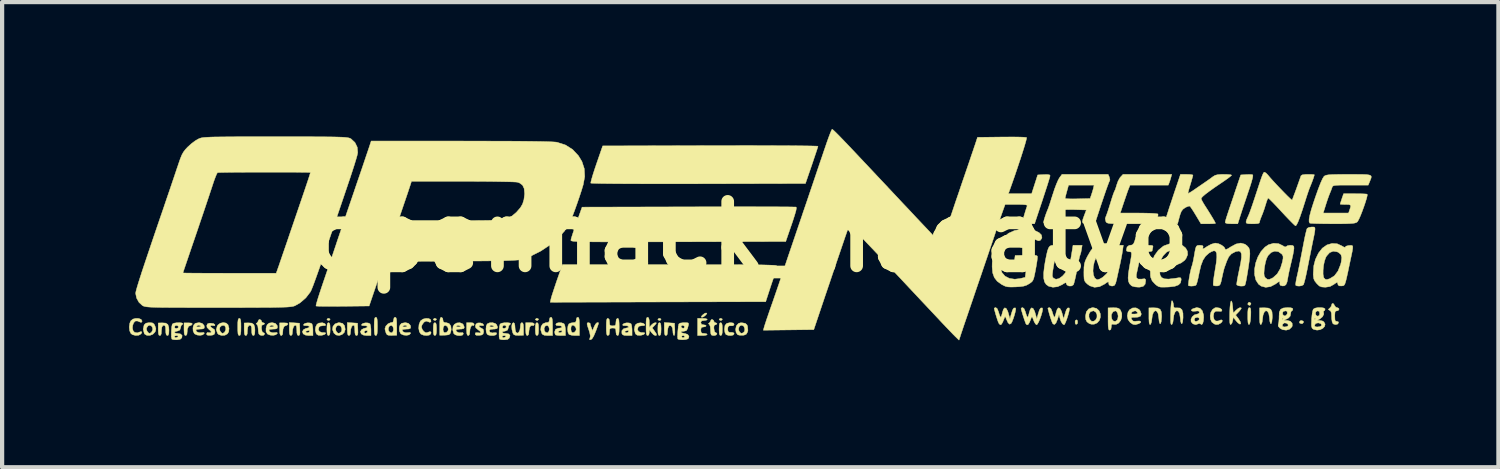
<source format=kicad_pcb>
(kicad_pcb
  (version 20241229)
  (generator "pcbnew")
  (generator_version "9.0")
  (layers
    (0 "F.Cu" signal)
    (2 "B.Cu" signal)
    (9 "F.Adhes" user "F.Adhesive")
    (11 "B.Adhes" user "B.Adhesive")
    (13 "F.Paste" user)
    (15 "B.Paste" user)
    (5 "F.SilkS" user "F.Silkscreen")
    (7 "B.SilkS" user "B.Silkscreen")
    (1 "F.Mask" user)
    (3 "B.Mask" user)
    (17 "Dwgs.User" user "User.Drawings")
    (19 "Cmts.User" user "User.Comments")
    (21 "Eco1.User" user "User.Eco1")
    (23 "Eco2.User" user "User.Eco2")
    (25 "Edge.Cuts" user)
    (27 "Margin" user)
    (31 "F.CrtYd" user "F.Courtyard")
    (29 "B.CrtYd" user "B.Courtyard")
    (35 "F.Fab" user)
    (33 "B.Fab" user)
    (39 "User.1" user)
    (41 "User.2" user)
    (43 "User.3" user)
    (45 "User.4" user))
  (footprint "openhack_negatvo"
    (layer "F.Cu")
    (at 14.66 2.545)
    (property "Reference" "openhack_negatvo" (at 0 0 0) (layer "F.SilkS") (effects (font (size 1.524 1.524) (thickness 0.3))))
    (attr through_hole)
    (fp_poly (pts (xy -9.91 1.944) (xy -9.906 1.956) (xy -9.927 1.978) (xy -9.944 1.981) (xy -9.978 1.967) (xy -9.982 1.956) (xy -9.962 1.933) (xy -9.944 1.93) (xy -9.91 1.944)) (stroke (width 0.01) (type solid)) (fill yes) (layer "F.SilkS"))
    (fp_poly (pts (xy -7.396 1.944) (xy -7.391 1.956) (xy -7.412 1.978) (xy -7.429 1.981) (xy -7.463 1.967) (xy -7.468 1.956) (xy -7.447 1.933) (xy -7.429 1.93) (xy -7.396 1.944)) (stroke (width 0.01) (type solid)) (fill yes) (layer "F.SilkS"))
    (fp_poly (pts (xy -4.983 1.944) (xy -4.978 1.956) (xy -4.999 1.978) (xy -5.016 1.981) (xy -5.05 1.967) (xy -5.055 1.956) (xy -5.034 1.933) (xy -5.016 1.93) (xy -4.983 1.944)) (stroke (width 0.01) (type solid)) (fill yes) (layer "F.SilkS"))
    (fp_poly (pts (xy -2.087 1.944) (xy -2.083 1.956) (xy -2.103 1.978) (xy -2.121 1.981) (xy -2.155 1.967) (xy -2.159 1.956) (xy -2.138 1.933) (xy -2.121 1.93) (xy -2.087 1.944)) (stroke (width 0.01) (type solid)) (fill yes) (layer "F.SilkS"))
    (fp_poly (pts (xy -0.639 1.944) (xy -0.635 1.956) (xy -0.656 1.978) (xy -0.673 1.981) (xy -0.707 1.967) (xy -0.711 1.956) (xy -0.691 1.933) (xy -0.673 1.93) (xy -0.639 1.944)) (stroke (width 0.01) (type solid)) (fill yes) (layer "F.SilkS"))
    (fp_poly (pts (xy 7.762 1.991) (xy 7.763 2.042) (xy 7.751 2.063) (xy 7.724 2.074) (xy 7.706 2.047) (xy 7.705 1.996) (xy 7.717 1.975) (xy 7.745 1.965) (xy 7.762 1.991)) (stroke (width 0.01) (type solid)) (fill yes) (layer "F.SilkS"))
    (fp_poly (pts (xy 11.857 1.57) (xy 11.862 1.587) (xy 11.841 1.621) (xy 11.824 1.626) (xy 11.79 1.605) (xy 11.786 1.587) (xy 11.806 1.554) (xy 11.824 1.549) (xy 11.857 1.57)) (stroke (width 0.01) (type solid)) (fill yes) (layer "F.SilkS"))
    (fp_poly (pts (xy 13.097 1.997) (xy 13.106 2.019) (xy 13.085 2.05) (xy 13.056 2.057) (xy 13.014 2.042) (xy 13.005 2.019) (xy 13.026 1.988) (xy 13.056 1.981) (xy 13.097 1.997)) (stroke (width 0.01) (type solid)) (fill yes) (layer "F.SilkS"))
    (fp_poly (pts (xy -0.999 1.81) (xy -1.013 1.836) (xy -1.029 1.854) (xy -1.077 1.893) (xy -1.113 1.905) (xy -1.135 1.899) (xy -1.121 1.872) (xy -1.105 1.854) (xy -1.057 1.816) (xy -1.021 1.803) (xy -0.999 1.81)) (stroke (width 0.01) (type solid)) (fill yes) (layer "F.SilkS"))
    (fp_poly (pts (xy 11.845 1.684) (xy 11.855 1.715) (xy 11.859 1.778) (xy 11.857 1.871) (xy 11.848 1.987) (xy 11.833 2.057) (xy 11.817 2.077) (xy 11.801 2.068) (xy 11.791 2.025) (xy 11.786 1.941) (xy 11.786 1.882) (xy 11.787 1.777) (xy 11.793 1.715) (xy 11.806 1.684) (xy 11.825 1.676) (xy 11.845 1.684)) (stroke (width 0.01) (type solid)) (fill yes) (layer "F.SilkS"))
    (fp_poly (pts (xy -12.033 1.94) (xy -12.021 1.975) (xy -12.015 2.044) (xy -12.014 2.134) (xy -12.016 2.238) (xy -12.023 2.3) (xy -12.035 2.33) (xy -12.052 2.337) (xy -12.072 2.327) (xy -12.084 2.293) (xy -12.089 2.224) (xy -12.09 2.134) (xy -12.089 2.029) (xy -12.082 1.967) (xy -12.069 1.937) (xy -12.052 1.93) (xy -12.033 1.94)) (stroke (width 0.01) (type solid)) (fill yes) (layer "F.SilkS"))
    (fp_poly (pts (xy -9.922 2.044) (xy -9.91 2.085) (xy -9.906 2.166) (xy -9.906 2.184) (xy -9.909 2.273) (xy -9.919 2.32) (xy -9.94 2.336) (xy -9.944 2.337) (xy -9.966 2.325) (xy -9.978 2.284) (xy -9.982 2.203) (xy -9.982 2.184) (xy -9.979 2.096) (xy -9.969 2.048) (xy -9.949 2.032) (xy -9.944 2.032) (xy -9.922 2.044)) (stroke (width 0.01) (type solid)) (fill yes) (layer "F.SilkS"))
    (fp_poly (pts (xy -8.807 1.914) (xy -8.796 1.948) (xy -8.79 2.015) (xy -8.788 2.121) (xy -8.79 2.229) (xy -8.796 2.295) (xy -8.808 2.328) (xy -8.826 2.337) (xy -8.846 2.328) (xy -8.857 2.294) (xy -8.863 2.227) (xy -8.865 2.121) (xy -8.863 2.013) (xy -8.857 1.947) (xy -8.845 1.914) (xy -8.826 1.905) (xy -8.807 1.914)) (stroke (width 0.01) (type solid)) (fill yes) (layer "F.SilkS"))
    (fp_poly (pts (xy -7.407 2.044) (xy -7.396 2.085) (xy -7.391 2.166) (xy -7.391 2.184) (xy -7.394 2.273) (xy -7.405 2.32) (xy -7.425 2.336) (xy -7.429 2.337) (xy -7.452 2.325) (xy -7.464 2.284) (xy -7.468 2.203) (xy -7.468 2.184) (xy -7.465 2.096) (xy -7.454 2.048) (xy -7.434 2.032) (xy -7.429 2.032) (xy -7.407 2.044)) (stroke (width 0.01) (type solid)) (fill yes) (layer "F.SilkS"))
    (fp_poly (pts (xy -4.994 2.044) (xy -4.982 2.085) (xy -4.978 2.166) (xy -4.978 2.184) (xy -4.981 2.273) (xy -4.992 2.32) (xy -5.012 2.336) (xy -5.016 2.337) (xy -5.039 2.325) (xy -5.051 2.284) (xy -5.055 2.203) (xy -5.055 2.184) (xy -5.052 2.096) (xy -5.041 2.048) (xy -5.021 2.032) (xy -5.016 2.032) (xy -4.994 2.044)) (stroke (width 0.01) (type solid)) (fill yes) (layer "F.SilkS"))
    (fp_poly (pts (xy -2.099 2.044) (xy -2.087 2.085) (xy -2.083 2.166) (xy -2.083 2.184) (xy -2.086 2.273) (xy -2.096 2.32) (xy -2.116 2.336) (xy -2.121 2.337) (xy -2.143 2.325) (xy -2.155 2.284) (xy -2.159 2.203) (xy -2.159 2.184) (xy -2.156 2.096) (xy -2.146 2.048) (xy -2.125 2.032) (xy -2.121 2.032) (xy -2.099 2.044)) (stroke (width 0.01) (type solid)) (fill yes) (layer "F.SilkS"))
    (fp_poly (pts (xy -0.651 2.044) (xy -0.639 2.085) (xy -0.635 2.166) (xy -0.635 2.184) (xy -0.638 2.273) (xy -0.648 2.32) (xy -0.669 2.336) (xy -0.673 2.337) (xy -0.695 2.325) (xy -0.707 2.284) (xy -0.711 2.203) (xy -0.711 2.184) (xy -0.708 2.096) (xy -0.698 2.048) (xy -0.678 2.032) (xy -0.673 2.032) (xy -0.651 2.044)) (stroke (width 0.01) (type solid)) (fill yes) (layer "F.SilkS"))
    (fp_poly (pts (xy -13.186 2.042) (xy -13.163 2.061) (xy -13.164 2.065) (xy -13.189 2.094) (xy -13.197 2.096) (xy -13.252 2.119) (xy -13.28 2.184) (xy -13.284 2.237) (xy -13.291 2.307) (xy -13.312 2.335) (xy -13.322 2.337) (xy -13.345 2.325) (xy -13.356 2.283) (xy -13.36 2.201) (xy -13.36 2.187) (xy -13.36 2.038) (xy -13.257 2.037) (xy -13.186 2.042)) (stroke (width 0.01) (type solid)) (fill yes) (layer "F.SilkS"))
    (fp_poly (pts (xy -10.925 2.042) (xy -10.903 2.061) (xy -10.903 2.065) (xy -10.928 2.094) (xy -10.937 2.096) (xy -10.992 2.119) (xy -11.02 2.184) (xy -11.024 2.237) (xy -11.03 2.307) (xy -11.051 2.335) (xy -11.062 2.337) (xy -11.084 2.325) (xy -11.096 2.283) (xy -11.1 2.201) (xy -11.1 2.187) (xy -11.1 2.038) (xy -10.997 2.037) (xy -10.925 2.042)) (stroke (width 0.01) (type solid)) (fill yes) (layer "F.SilkS"))
    (fp_poly (pts (xy -6.528 2.039) (xy -6.504 2.063) (xy -6.502 2.074) (xy -6.51 2.102) (xy -6.519 2.1) (xy -6.55 2.094) (xy -6.579 2.127) (xy -6.599 2.187) (xy -6.604 2.238) (xy -6.611 2.308) (xy -6.633 2.335) (xy -6.642 2.337) (xy -6.664 2.325) (xy -6.676 2.284) (xy -6.68 2.203) (xy -6.68 2.184) (xy -6.68 2.032) (xy -6.591 2.032) (xy -6.528 2.039)) (stroke (width 0.01) (type solid)) (fill yes) (layer "F.SilkS"))
    (fp_poly (pts (xy -5.112 2.038) (xy -5.083 2.057) (xy -5.08 2.073) (xy -5.096 2.102) (xy -5.115 2.1) (xy -5.163 2.103) (xy -5.194 2.15) (xy -5.207 2.234) (xy -5.207 2.24) (xy -5.214 2.309) (xy -5.237 2.336) (xy -5.245 2.337) (xy -5.267 2.325) (xy -5.279 2.284) (xy -5.283 2.203) (xy -5.283 2.184) (xy -5.283 2.032) (xy -5.182 2.032) (xy -5.112 2.038)) (stroke (width 0.01) (type solid)) (fill yes) (layer "F.SilkS"))
    (fp_poly (pts (xy -1.765 2.045) (xy -1.758 2.191) (xy -1.757 2.278) (xy -1.767 2.328) (xy -1.777 2.337) (xy -1.794 2.314) (xy -1.803 2.258) (xy -1.803 2.238) (xy -1.814 2.159) (xy -1.84 2.11) (xy -1.876 2.098) (xy -1.901 2.114) (xy -1.92 2.158) (xy -1.93 2.226) (xy -1.93 2.24) (xy -1.937 2.309) (xy -1.96 2.336) (xy -1.968 2.337) (xy -1.991 2.325) (xy -2.002 2.284) (xy -2.007 2.204) (xy -2.007 2.183) (xy -2.007 2.029) (xy -1.765 2.045)) (stroke (width 0.01) (type solid)) (fill yes) (layer "F.SilkS"))
    (fp_poly (pts (xy -10.63 2.045) (xy -10.622 2.191) (xy -10.62 2.275) (xy -10.628 2.32) (xy -10.646 2.336) (xy -10.654 2.337) (xy -10.68 2.323) (xy -10.692 2.274) (xy -10.693 2.227) (xy -10.697 2.156) (xy -10.706 2.108) (xy -10.71 2.1) (xy -10.741 2.094) (xy -10.77 2.127) (xy -10.79 2.187) (xy -10.795 2.238) (xy -10.802 2.308) (xy -10.824 2.335) (xy -10.833 2.337) (xy -10.855 2.325) (xy -10.867 2.284) (xy -10.871 2.204) (xy -10.871 2.183) (xy -10.871 2.029) (xy -10.63 2.045)) (stroke (width 0.01) (type solid)) (fill yes) (layer "F.SilkS"))
    (fp_poly (pts (xy -10.032 2.054) (xy -10.013 2.079) (xy -10.02 2.102) (xy -10.069 2.104) (xy -10.072 2.104) (xy -10.141 2.114) (xy -10.17 2.14) (xy -10.184 2.198) (xy -10.157 2.244) (xy -10.098 2.266) (xy -10.071 2.266) (xy -10.021 2.268) (xy -10.013 2.291) (xy -10.044 2.315) (xy -10.104 2.331) (xy -10.116 2.332) (xy -10.185 2.33) (xy -10.224 2.305) (xy -10.237 2.285) (xy -10.257 2.211) (xy -10.248 2.133) (xy -10.216 2.071) (xy -10.174 2.043) (xy -10.09 2.034) (xy -10.032 2.054)) (stroke (width 0.01) (type solid)) (fill yes) (layer "F.SilkS"))
    (fp_poly (pts (xy -9.258 2.045) (xy -9.251 2.191) (xy -9.249 2.275) (xy -9.256 2.32) (xy -9.275 2.336) (xy -9.282 2.337) (xy -9.309 2.323) (xy -9.32 2.274) (xy -9.322 2.227) (xy -9.325 2.156) (xy -9.334 2.108) (xy -9.339 2.1) (xy -9.369 2.094) (xy -9.398 2.127) (xy -9.418 2.187) (xy -9.423 2.238) (xy -9.43 2.308) (xy -9.452 2.335) (xy -9.461 2.337) (xy -9.484 2.325) (xy -9.495 2.284) (xy -9.5 2.204) (xy -9.5 2.183) (xy -9.5 2.029) (xy -9.258 2.045)) (stroke (width 0.01) (type solid)) (fill yes) (layer "F.SilkS"))
    (fp_poly (pts (xy -2.509 2.045) (xy -2.471 2.073) (xy -2.469 2.079) (xy -2.477 2.102) (xy -2.526 2.104) (xy -2.528 2.104) (xy -2.598 2.114) (xy -2.626 2.14) (xy -2.64 2.198) (xy -2.613 2.244) (xy -2.555 2.266) (xy -2.528 2.266) (xy -2.477 2.268) (xy -2.47 2.291) (xy -2.5 2.315) (xy -2.56 2.331) (xy -2.572 2.332) (xy -2.642 2.33) (xy -2.681 2.304) (xy -2.691 2.289) (xy -2.716 2.199) (xy -2.701 2.109) (xy -2.681 2.075) (xy -2.635 2.046) (xy -2.571 2.036) (xy -2.509 2.045)) (stroke (width 0.01) (type solid)) (fill yes) (layer "F.SilkS"))
    (fp_poly (pts (xy 9.655 1.687) (xy 9.713 1.716) (xy 9.742 1.776) (xy 9.75 1.875) (xy 9.748 1.914) (xy 9.739 2.01) (xy 9.723 2.056) (xy 9.706 2.052) (xy 9.691 1.999) (xy 9.682 1.917) (xy 9.666 1.817) (xy 9.635 1.762) (xy 9.597 1.75) (xy 9.56 1.782) (xy 9.531 1.855) (xy 9.52 1.937) (xy 9.509 2.017) (xy 9.491 2.067) (xy 9.481 2.077) (xy 9.464 2.068) (xy 9.454 2.025) (xy 9.449 1.94) (xy 9.449 1.885) (xy 9.449 1.683) (xy 9.562 1.681) (xy 9.655 1.687)) (stroke (width 0.01) (type solid)) (fill yes) (layer "F.SilkS"))
    (fp_poly (pts (xy 12.271 1.687) (xy 12.329 1.716) (xy 12.359 1.776) (xy 12.366 1.875) (xy 12.365 1.914) (xy 12.355 2.01) (xy 12.339 2.056) (xy 12.322 2.052) (xy 12.307 1.999) (xy 12.299 1.917) (xy 12.282 1.817) (xy 12.251 1.762) (xy 12.213 1.75) (xy 12.176 1.782) (xy 12.147 1.855) (xy 12.136 1.937) (xy 12.126 2.017) (xy 12.107 2.067) (xy 12.097 2.077) (xy 12.08 2.068) (xy 12.07 2.025) (xy 12.065 1.94) (xy 12.065 1.885) (xy 12.065 1.683) (xy 12.178 1.681) (xy 12.271 1.687)) (stroke (width 0.01) (type solid)) (fill yes) (layer "F.SilkS"))
    (fp_poly (pts (xy -13.792 2.043) (xy -13.742 2.075) (xy -13.72 2.142) (xy -13.716 2.213) (xy -13.72 2.292) (xy -13.735 2.33) (xy -13.754 2.337) (xy -13.78 2.321) (xy -13.791 2.269) (xy -13.792 2.227) (xy -13.796 2.143) (xy -13.811 2.102) (xy -13.841 2.095) (xy -13.858 2.1) (xy -13.884 2.136) (xy -13.894 2.217) (xy -13.894 2.225) (xy -13.899 2.3) (xy -13.917 2.333) (xy -13.932 2.337) (xy -13.954 2.325) (xy -13.966 2.283) (xy -13.97 2.2) (xy -13.97 2.189) (xy -13.97 2.04) (xy -13.877 2.037) (xy -13.792 2.043)) (stroke (width 0.01) (type solid)) (fill yes) (layer "F.SilkS"))
    (fp_poly (pts (xy -11.76 2.043) (xy -11.71 2.075) (xy -11.688 2.142) (xy -11.684 2.213) (xy -11.688 2.292) (xy -11.703 2.33) (xy -11.722 2.337) (xy -11.748 2.321) (xy -11.759 2.269) (xy -11.76 2.227) (xy -11.764 2.143) (xy -11.779 2.102) (xy -11.809 2.095) (xy -11.826 2.1) (xy -11.852 2.136) (xy -11.862 2.217) (xy -11.862 2.225) (xy -11.867 2.3) (xy -11.885 2.333) (xy -11.9 2.337) (xy -11.922 2.325) (xy -11.934 2.283) (xy -11.938 2.2) (xy -11.938 2.189) (xy -11.938 2.04) (xy -11.845 2.037) (xy -11.76 2.043)) (stroke (width 0.01) (type solid)) (fill yes) (layer "F.SilkS"))
    (fp_poly (pts (xy -0.377 2.041) (xy -0.356 2.069) (xy -0.356 2.072) (xy -0.376 2.103) (xy -0.4 2.107) (xy -0.468 2.106) (xy -0.5 2.129) (xy -0.508 2.183) (xy -0.508 2.184) (xy -0.5 2.24) (xy -0.469 2.262) (xy -0.402 2.262) (xy -0.4 2.262) (xy -0.362 2.276) (xy -0.356 2.297) (xy -0.377 2.324) (xy -0.428 2.337) (xy -0.489 2.334) (xy -0.542 2.316) (xy -0.554 2.306) (xy -0.574 2.262) (xy -0.584 2.193) (xy -0.584 2.184) (xy -0.572 2.097) (xy -0.53 2.049) (xy -0.453 2.032) (xy -0.439 2.032) (xy -0.377 2.041)) (stroke (width 0.01) (type solid)) (fill yes) (layer "F.SilkS"))
    (fp_poly (pts (xy -12.661 2.055) (xy -12.629 2.08) (xy -12.633 2.105) (xy -12.671 2.102) (xy -12.724 2.099) (xy -12.738 2.12) (xy -12.71 2.151) (xy -12.687 2.164) (xy -12.638 2.2) (xy -12.628 2.254) (xy -12.629 2.259) (xy -12.642 2.303) (xy -12.678 2.324) (xy -12.732 2.332) (xy -12.796 2.332) (xy -12.823 2.316) (xy -12.827 2.297) (xy -12.812 2.266) (xy -12.776 2.268) (xy -12.726 2.271) (xy -12.715 2.249) (xy -12.746 2.212) (xy -12.765 2.198) (xy -12.816 2.144) (xy -12.822 2.1) (xy -12.806 2.061) (xy -12.763 2.046) (xy -12.728 2.045) (xy -12.661 2.055)) (stroke (width 0.01) (type solid)) (fill yes) (layer "F.SilkS"))
    (fp_poly (pts (xy -9.61 2.05) (xy -9.564 2.106) (xy -9.55 2.191) (xy -9.571 2.263) (xy -9.624 2.313) (xy -9.692 2.335) (xy -9.763 2.324) (xy -9.816 2.28) (xy -9.844 2.211) (xy -9.774 2.211) (xy -9.749 2.256) (xy -9.72 2.281) (xy -9.696 2.281) (xy -9.667 2.271) (xy -9.635 2.235) (xy -9.629 2.179) (xy -9.65 2.123) (xy -9.665 2.108) (xy -9.711 2.092) (xy -9.75 2.113) (xy -9.773 2.157) (xy -9.774 2.211) (xy -9.844 2.211) (xy -9.85 2.197) (xy -9.839 2.12) (xy -9.791 2.062) (xy -9.711 2.033) (xy -9.69 2.032) (xy -9.61 2.05)) (stroke (width 0.01) (type solid)) (fill yes) (layer "F.SilkS"))
    (fp_poly (pts (xy 11.124 1.688) (xy 11.169 1.719) (xy 11.176 1.742) (xy 11.161 1.765) (xy 11.11 1.763) (xy 11.097 1.761) (xy 11.027 1.761) (xy 10.987 1.797) (xy 10.973 1.875) (xy 10.973 1.883) (xy 10.989 1.955) (xy 11.03 1.994) (xy 11.087 1.993) (xy 11.105 1.984) (xy 11.158 1.965) (xy 11.185 1.979) (xy 11.177 2.014) (xy 11.147 2.042) (xy 11.087 2.075) (xy 11.033 2.076) (xy 10.998 2.065) (xy 10.938 2.021) (xy 10.905 1.951) (xy 10.897 1.869) (xy 10.914 1.788) (xy 10.953 1.721) (xy 11.012 1.681) (xy 11.047 1.676) (xy 11.124 1.688)) (stroke (width 0.01) (type solid)) (fill yes) (layer "F.SilkS"))
    (fp_poly (pts (xy -12.365 2.042) (xy -12.32 2.081) (xy -12.296 2.165) (xy -12.304 2.247) (xy -12.334 2.297) (xy -12.395 2.33) (xy -12.47 2.335) (xy -12.538 2.314) (xy -12.567 2.286) (xy -12.597 2.201) (xy -12.592 2.182) (xy -12.522 2.182) (xy -12.507 2.232) (xy -12.473 2.274) (xy -12.446 2.286) (xy -12.417 2.27) (xy -12.4 2.256) (xy -12.374 2.203) (xy -12.375 2.145) (xy -12.402 2.102) (xy -12.411 2.098) (xy -12.466 2.1) (xy -12.509 2.137) (xy -12.522 2.182) (xy -12.592 2.182) (xy -12.576 2.116) (xy -12.559 2.088) (xy -12.505 2.046) (xy -12.433 2.03) (xy -12.365 2.042)) (stroke (width 0.01) (type solid)) (fill yes) (layer "F.SilkS"))
    (fp_poly (pts (xy -6.302 2.055) (xy -6.279 2.08) (xy -6.283 2.105) (xy -6.321 2.102) (xy -6.374 2.099) (xy -6.388 2.119) (xy -6.36 2.149) (xy -6.337 2.159) (xy -6.288 2.189) (xy -6.277 2.239) (xy -6.278 2.254) (xy -6.291 2.301) (xy -6.324 2.324) (xy -6.382 2.332) (xy -6.446 2.332) (xy -6.473 2.316) (xy -6.477 2.297) (xy -6.464 2.268) (xy -6.419 2.27) (xy -6.417 2.27) (xy -6.359 2.276) (xy -6.343 2.26) (xy -6.372 2.226) (xy -6.401 2.206) (xy -6.461 2.157) (xy -6.474 2.107) (xy -6.455 2.062) (xy -6.415 2.039) (xy -6.356 2.038) (xy -6.302 2.055)) (stroke (width 0.01) (type solid)) (fill yes) (layer "F.SilkS"))
    (fp_poly (pts (xy -5.35 2.044) (xy -5.338 2.086) (xy -5.334 2.168) (xy -5.334 2.181) (xy -5.334 2.33) (xy -5.449 2.333) (xy -5.523 2.33) (xy -5.563 2.315) (xy -5.586 2.279) (xy -5.589 2.271) (xy -5.609 2.192) (xy -5.614 2.116) (xy -5.603 2.058) (xy -5.578 2.032) (xy -5.575 2.032) (xy -5.548 2.05) (xy -5.537 2.109) (xy -5.537 2.127) (xy -5.531 2.2) (xy -5.516 2.254) (xy -5.513 2.259) (xy -5.481 2.281) (xy -5.449 2.263) (xy -5.422 2.213) (xy -5.41 2.14) (xy -5.41 2.13) (xy -5.404 2.061) (xy -5.381 2.033) (xy -5.372 2.032) (xy -5.35 2.044)) (stroke (width 0.01) (type solid)) (fill yes) (layer "F.SilkS"))
    (fp_poly (pts (xy -3.562 2.036) (xy -3.563 2.056) (xy -3.577 2.099) (xy -3.605 2.176) (xy -3.627 2.235) (xy -3.675 2.349) (xy -3.716 2.415) (xy -3.744 2.434) (xy -3.775 2.433) (xy -3.768 2.404) (xy -3.765 2.398) (xy -3.755 2.349) (xy -3.77 2.27) (xy -3.787 2.214) (xy -3.818 2.122) (xy -3.832 2.067) (xy -3.829 2.041) (xy -3.809 2.032) (xy -3.797 2.032) (xy -3.763 2.045) (xy -3.759 2.056) (xy -3.751 2.095) (xy -3.731 2.151) (xy -3.704 2.223) (xy -3.665 2.127) (xy -3.633 2.067) (xy -3.6 2.034) (xy -3.591 2.032) (xy -3.572 2.031) (xy -3.562 2.036)) (stroke (width 0.01) (type solid)) (fill yes) (layer "F.SilkS"))
    (fp_poly (pts (xy 11.883 -1.468) (xy 11.9 -1.464) (xy 11.907 -1.443) (xy 11.899 -1.39) (xy 11.875 -1.299) (xy 11.834 -1.168) (xy 11.794 -1.05) (xy 11.744 -0.9) (xy 11.694 -0.752) (xy 11.65 -0.62) (xy 11.616 -0.515) (xy 11.603 -0.476) (xy 11.549 -0.305) (xy 11.401 -0.305) (xy 11.307 -0.309) (xy 11.26 -0.324) (xy 11.253 -0.337) (xy 11.254 -0.351) (xy 11.259 -0.373) (xy 11.269 -0.41) (xy 11.286 -0.465) (xy 11.312 -0.545) (xy 11.348 -0.654) (xy 11.397 -0.799) (xy 11.46 -0.984) (xy 11.487 -1.067) (xy 11.62 -1.46) (xy 11.744 -1.468) (xy 11.823 -1.471) (xy 11.883 -1.468)) (stroke (width 0.01) (type solid)) (fill yes) (layer "F.SilkS"))
    (fp_poly (pts (xy -14.432 1.933) (xy -14.376 1.954) (xy -14.351 1.994) (xy -14.351 1.999) (xy -14.367 2.025) (xy -14.389 2.022) (xy -14.446 1.999) (xy -14.462 1.992) (xy -14.51 1.994) (xy -14.548 2.032) (xy -14.572 2.092) (xy -14.579 2.16) (xy -14.565 2.221) (xy -14.529 2.261) (xy -14.465 2.274) (xy -14.425 2.259) (xy -14.374 2.242) (xy -14.355 2.257) (xy -14.375 2.297) (xy -14.376 2.298) (xy -14.43 2.329) (xy -14.505 2.335) (xy -14.578 2.316) (xy -14.614 2.29) (xy -14.645 2.225) (xy -14.655 2.135) (xy -14.642 2.045) (xy -14.616 1.987) (xy -14.567 1.948) (xy -14.501 1.931) (xy -14.432 1.933)) (stroke (width 0.01) (type solid)) (fill yes) (layer "F.SilkS"))
    (fp_poly (pts (xy -1.037 1.935) (xy -0.996 1.948) (xy -0.991 1.956) (xy -1.013 1.974) (xy -1.066 1.981) (xy -1.067 1.981) (xy -1.123 1.989) (xy -1.142 2.019) (xy -1.143 2.032) (xy -1.128 2.072) (xy -1.079 2.083) (xy -1.032 2.091) (xy -1.016 2.108) (xy -1.038 2.127) (xy -1.079 2.134) (xy -1.125 2.142) (xy -1.141 2.177) (xy -1.143 2.21) (xy -1.137 2.264) (xy -1.107 2.284) (xy -1.067 2.286) (xy -1.013 2.293) (xy -0.991 2.311) (xy -0.991 2.311) (xy -1.013 2.327) (xy -1.071 2.336) (xy -1.105 2.337) (xy -1.219 2.337) (xy -1.219 1.93) (xy -1.105 1.93) (xy -1.037 1.935)) (stroke (width 0.01) (type solid)) (fill yes) (layer "F.SilkS"))
    (fp_poly (pts (xy -7.573 1.935) (xy -7.531 1.962) (xy -7.527 1.97) (xy -7.522 2.014) (xy -7.552 2.024) (xy -7.592 2.008) (xy -7.639 1.995) (xy -7.682 2.018) (xy -7.696 2.031) (xy -7.734 2.087) (xy -7.747 2.134) (xy -7.73 2.189) (xy -7.696 2.236) (xy -7.649 2.27) (xy -7.606 2.266) (xy -7.592 2.259) (xy -7.54 2.242) (xy -7.52 2.262) (xy -7.527 2.298) (xy -7.562 2.326) (xy -7.625 2.336) (xy -7.698 2.328) (xy -7.76 2.302) (xy -7.761 2.301) (xy -7.797 2.247) (xy -7.812 2.166) (xy -7.805 2.078) (xy -7.776 2.003) (xy -7.762 1.984) (xy -7.707 1.947) (xy -7.637 1.931) (xy -7.573 1.935)) (stroke (width 0.01) (type solid)) (fill yes) (layer "F.SilkS"))
    (fp_poly (pts (xy -2.376 1.92) (xy -2.364 1.969) (xy -2.361 2.026) (xy -2.361 2.146) (xy -2.313 2.089) (xy -2.264 2.047) (xy -2.22 2.032) (xy -2.194 2.037) (xy -2.202 2.057) (xy -2.234 2.094) (xy -2.292 2.156) (xy -2.238 2.231) (xy -2.197 2.293) (xy -2.188 2.325) (xy -2.207 2.336) (xy -2.22 2.337) (xy -2.259 2.318) (xy -2.304 2.272) (xy -2.308 2.267) (xy -2.361 2.197) (xy -2.361 2.267) (xy -2.374 2.323) (xy -2.4 2.337) (xy -2.419 2.328) (xy -2.431 2.294) (xy -2.437 2.227) (xy -2.438 2.121) (xy -2.437 2.013) (xy -2.431 1.947) (xy -2.419 1.914) (xy -2.4 1.905) (xy -2.376 1.92)) (stroke (width 0.01) (type solid)) (fill yes) (layer "F.SilkS"))
    (fp_poly (pts (xy -14.108 2.038) (xy -14.07 2.063) (xy -14.045 2.112) (xy -14.025 2.176) (xy -14.034 2.229) (xy -14.049 2.258) (xy -14.099 2.308) (xy -14.168 2.334) (xy -14.237 2.333) (xy -14.29 2.302) (xy -14.299 2.289) (xy -14.324 2.191) (xy -14.323 2.182) (xy -14.249 2.182) (xy -14.234 2.232) (xy -14.2 2.274) (xy -14.173 2.286) (xy -14.144 2.27) (xy -14.127 2.256) (xy -14.101 2.205) (xy -14.104 2.152) (xy -14.13 2.11) (xy -14.17 2.092) (xy -14.211 2.108) (xy -14.244 2.156) (xy -14.249 2.182) (xy -14.323 2.182) (xy -14.305 2.093) (xy -14.299 2.081) (xy -14.26 2.045) (xy -14.188 2.032) (xy -14.175 2.032) (xy -14.108 2.038)) (stroke (width 0.01) (type solid)) (fill yes) (layer "F.SilkS"))
    (fp_poly (pts (xy -11.536 1.976) (xy -11.532 1.994) (xy -11.511 2.028) (xy -11.493 2.032) (xy -11.46 2.046) (xy -11.455 2.057) (xy -11.476 2.08) (xy -11.495 2.083) (xy -11.521 2.096) (xy -11.529 2.141) (xy -11.527 2.178) (xy -11.514 2.244) (xy -11.49 2.267) (xy -11.487 2.267) (xy -11.459 2.281) (xy -11.455 2.299) (xy -11.475 2.328) (xy -11.519 2.336) (xy -11.566 2.324) (xy -11.592 2.297) (xy -11.603 2.244) (xy -11.608 2.172) (xy -11.608 2.172) (xy -11.616 2.11) (xy -11.637 2.073) (xy -11.64 2.072) (xy -11.658 2.056) (xy -11.64 2.043) (xy -11.61 2.007) (xy -11.608 1.992) (xy -11.587 1.96) (xy -11.57 1.956) (xy -11.536 1.976)) (stroke (width 0.01) (type solid)) (fill yes) (layer "F.SilkS"))
    (fp_poly (pts (xy -7.246 1.927) (xy -7.239 1.968) (xy -7.231 2.014) (xy -7.196 2.03) (xy -7.162 2.032) (xy -7.094 2.053) (xy -7.053 2.111) (xy -7.044 2.194) (xy -7.054 2.248) (xy -7.072 2.295) (xy -7.102 2.318) (xy -7.16 2.326) (xy -7.195 2.328) (xy -7.315 2.331) (xy -7.315 2.188) (xy -7.238 2.188) (xy -7.23 2.241) (xy -7.207 2.268) (xy -7.158 2.263) (xy -7.121 2.224) (xy -7.112 2.186) (xy -7.129 2.131) (xy -7.17 2.099) (xy -7.204 2.1) (xy -7.229 2.133) (xy -7.238 2.188) (xy -7.315 2.188) (xy -7.315 2.118) (xy -7.314 2.011) (xy -7.308 1.946) (xy -7.295 1.913) (xy -7.277 1.905) (xy -7.246 1.927)) (stroke (width 0.01) (type solid)) (fill yes) (layer "F.SilkS"))
    (fp_poly (pts (xy -0.843 1.976) (xy -0.838 1.994) (xy -0.818 2.028) (xy -0.8 2.032) (xy -0.766 2.046) (xy -0.762 2.057) (xy -0.783 2.08) (xy -0.802 2.083) (xy -0.828 2.096) (xy -0.835 2.141) (xy -0.833 2.178) (xy -0.82 2.244) (xy -0.797 2.267) (xy -0.794 2.267) (xy -0.766 2.281) (xy -0.762 2.299) (xy -0.783 2.325) (xy -0.83 2.338) (xy -0.879 2.331) (xy -0.897 2.32) (xy -0.908 2.286) (xy -0.914 2.221) (xy -0.914 2.195) (xy -0.921 2.122) (xy -0.939 2.078) (xy -0.946 2.072) (xy -0.965 2.056) (xy -0.946 2.043) (xy -0.917 2.007) (xy -0.914 1.992) (xy -0.894 1.96) (xy -0.876 1.956) (xy -0.843 1.976)) (stroke (width 0.01) (type solid)) (fill yes) (layer "F.SilkS"))
    (fp_poly (pts (xy 8.211 1.696) (xy 8.269 1.749) (xy 8.3 1.821) (xy 8.303 1.901) (xy 8.278 1.978) (xy 8.224 2.039) (xy 8.153 2.069) (xy 8.084 2.068) (xy 8.039 2.053) (xy 7.984 2.012) (xy 7.958 1.96) (xy 7.953 1.9) (xy 8.031 1.9) (xy 8.053 1.957) (xy 8.096 2.001) (xy 8.151 1.996) (xy 8.19 1.967) (xy 8.221 1.908) (xy 8.221 1.842) (xy 8.195 1.785) (xy 8.147 1.754) (xy 8.132 1.753) (xy 8.068 1.773) (xy 8.033 1.826) (xy 8.031 1.9) (xy 7.953 1.9) (xy 7.951 1.877) (xy 7.951 1.873) (xy 7.97 1.776) (xy 8.025 1.708) (xy 8.109 1.677) (xy 8.128 1.676) (xy 8.211 1.696)) (stroke (width 0.01) (type solid)) (fill yes) (layer "F.SilkS"))
    (fp_poly (pts (xy -4.667 1.914) (xy -4.656 1.948) (xy -4.65 2.015) (xy -4.648 2.121) (xy -4.648 2.337) (xy -4.762 2.337) (xy -4.842 2.33) (xy -4.887 2.308) (xy -4.901 2.288) (xy -4.928 2.201) (xy -4.924 2.165) (xy -4.848 2.165) (xy -4.843 2.219) (xy -4.815 2.26) (xy -4.771 2.272) (xy -4.759 2.269) (xy -4.734 2.236) (xy -4.724 2.184) (xy -4.739 2.124) (xy -4.774 2.096) (xy -4.817 2.11) (xy -4.823 2.115) (xy -4.848 2.165) (xy -4.924 2.165) (xy -4.919 2.121) (xy -4.879 2.061) (xy -4.813 2.033) (xy -4.8 2.032) (xy -4.746 2.025) (xy -4.726 1.995) (xy -4.724 1.968) (xy -4.711 1.917) (xy -4.686 1.905) (xy -4.667 1.914)) (stroke (width 0.01) (type solid)) (fill yes) (layer "F.SilkS"))
    (fp_poly (pts (xy -0.158 2.037) (xy -0.09 2.05) (xy -0.053 2.084) (xy -0.04 2.115) (xy -0.03 2.215) (xy -0.04 2.254) (xy -0.069 2.305) (xy -0.121 2.327) (xy -0.153 2.331) (xy -0.221 2.33) (xy -0.269 2.319) (xy -0.271 2.318) (xy -0.309 2.266) (xy -0.318 2.211) (xy -0.249 2.211) (xy -0.224 2.256) (xy -0.195 2.281) (xy -0.171 2.281) (xy -0.142 2.271) (xy -0.11 2.235) (xy -0.104 2.179) (xy -0.125 2.123) (xy -0.14 2.108) (xy -0.186 2.092) (xy -0.225 2.113) (xy -0.248 2.157) (xy -0.249 2.211) (xy -0.318 2.211) (xy -0.321 2.191) (xy -0.305 2.114) (xy -0.293 2.094) (xy -0.253 2.05) (xy -0.2 2.035) (xy -0.158 2.037)) (stroke (width 0.01) (type solid)) (fill yes) (layer "F.SilkS"))
    (fp_poly (pts (xy 11.415 1.555) (xy 11.428 1.64) (xy 11.43 1.666) (xy 11.443 1.808) (xy 11.504 1.742) (xy 11.557 1.698) (xy 11.603 1.676) (xy 11.63 1.683) (xy 11.633 1.694) (xy 11.617 1.722) (xy 11.578 1.77) (xy 11.566 1.782) (xy 11.499 1.852) (xy 11.569 1.944) (xy 11.612 2.015) (xy 11.62 2.059) (xy 11.599 2.068) (xy 11.554 2.038) (xy 11.515 1.996) (xy 11.443 1.904) (xy 11.43 1.985) (xy 11.412 2.044) (xy 11.386 2.076) (xy 11.385 2.077) (xy 11.37 2.071) (xy 11.362 2.037) (xy 11.358 1.969) (xy 11.358 1.86) (xy 11.359 1.799) (xy 11.365 1.67) (xy 11.375 1.578) (xy 11.388 1.527) (xy 11.401 1.518) (xy 11.415 1.555)) (stroke (width 0.01) (type solid)) (fill yes) (layer "F.SilkS"))
    (fp_poly (pts (xy -9.011 2.039) (xy -8.967 2.057) (xy -8.963 2.062) (xy -8.95 2.106) (xy -8.942 2.179) (xy -8.941 2.216) (xy -8.941 2.337) (xy -9.039 2.337) (xy -9.12 2.326) (xy -9.171 2.297) (xy -9.171 2.297) (xy -9.188 2.248) (xy -9.105 2.248) (xy -9.104 2.263) (xy -9.069 2.285) (xy -9.031 2.263) (xy -9.029 2.259) (xy -9.022 2.225) (xy -9.053 2.218) (xy -9.077 2.225) (xy -9.105 2.248) (xy -9.188 2.248) (xy -9.189 2.245) (xy -9.164 2.198) (xy -9.105 2.167) (xy -9.083 2.164) (xy -9.035 2.148) (xy -9.025 2.125) (xy -9.054 2.106) (xy -9.105 2.103) (xy -9.156 2.101) (xy -9.164 2.078) (xy -9.132 2.051) (xy -9.073 2.037) (xy -9.011 2.039)) (stroke (width 0.01) (type solid)) (fill yes) (layer "F.SilkS"))
    (fp_poly (pts (xy -4.032 1.914) (xy -4.021 1.948) (xy -4.015 2.015) (xy -4.013 2.121) (xy -4.013 2.337) (xy -4.122 2.337) (xy -4.197 2.33) (xy -4.252 2.313) (xy -4.262 2.306) (xy -4.285 2.256) (xy -4.291 2.189) (xy -4.215 2.189) (xy -4.205 2.242) (xy -4.185 2.268) (xy -4.136 2.263) (xy -4.099 2.223) (xy -4.089 2.184) (xy -4.106 2.134) (xy -4.143 2.098) (xy -4.184 2.092) (xy -4.19 2.095) (xy -4.211 2.131) (xy -4.215 2.189) (xy -4.291 2.189) (xy -4.292 2.182) (xy -4.284 2.109) (xy -4.262 2.062) (xy -4.215 2.04) (xy -4.161 2.032) (xy -4.108 2.024) (xy -4.09 1.991) (xy -4.089 1.968) (xy -4.076 1.917) (xy -4.051 1.905) (xy -4.032 1.914)) (stroke (width 0.01) (type solid)) (fill yes) (layer "F.SilkS"))
    (fp_poly (pts (xy -2.839 2.039) (xy -2.795 2.057) (xy -2.791 2.062) (xy -2.778 2.106) (xy -2.77 2.179) (xy -2.769 2.216) (xy -2.769 2.337) (xy -2.881 2.337) (xy -2.956 2.332) (xy -2.994 2.314) (xy -3.01 2.285) (xy -3.01 2.252) (xy -2.939 2.252) (xy -2.934 2.259) (xy -2.903 2.273) (xy -2.864 2.26) (xy -2.845 2.23) (xy -2.864 2.216) (xy -2.885 2.22) (xy -2.926 2.233) (xy -2.937 2.235) (xy -2.939 2.252) (xy -3.01 2.252) (xy -3.009 2.22) (xy -2.967 2.175) (xy -2.903 2.159) (xy -2.857 2.149) (xy -2.852 2.127) (xy -2.882 2.106) (xy -2.933 2.103) (xy -2.983 2.101) (xy -2.991 2.078) (xy -2.96 2.051) (xy -2.901 2.037) (xy -2.839 2.039)) (stroke (width 0.01) (type solid)) (fill yes) (layer "F.SilkS"))
    (fp_poly (pts (xy 10.013 1.534) (xy 10.027 1.589) (xy 10.028 1.602) (xy 10.037 1.662) (xy 10.058 1.684) (xy 10.105 1.682) (xy 10.106 1.682) (xy 10.182 1.686) (xy 10.23 1.727) (xy 10.254 1.807) (xy 10.256 1.914) (xy 10.247 2.01) (xy 10.231 2.056) (xy 10.214 2.052) (xy 10.199 1.999) (xy 10.19 1.917) (xy 10.174 1.817) (xy 10.143 1.762) (xy 10.105 1.75) (xy 10.068 1.782) (xy 10.039 1.855) (xy 10.028 1.937) (xy 10.017 2.019) (xy 9.998 2.069) (xy 9.988 2.077) (xy 9.973 2.071) (xy 9.965 2.037) (xy 9.961 1.969) (xy 9.961 1.86) (xy 9.962 1.799) (xy 9.968 1.675) (xy 9.976 1.581) (xy 9.986 1.524) (xy 9.995 1.511) (xy 10.013 1.534)) (stroke (width 0.01) (type solid)) (fill yes) (layer "F.SilkS"))
    (fp_poly (pts (xy -10.382 2.039) (xy -10.339 2.057) (xy -10.335 2.062) (xy -10.322 2.106) (xy -10.314 2.179) (xy -10.313 2.216) (xy -10.312 2.337) (xy -10.411 2.337) (xy -10.491 2.326) (xy -10.543 2.297) (xy -10.543 2.297) (xy -10.558 2.252) (xy -10.482 2.252) (xy -10.478 2.259) (xy -10.447 2.273) (xy -10.407 2.26) (xy -10.389 2.23) (xy -10.407 2.216) (xy -10.429 2.22) (xy -10.47 2.233) (xy -10.481 2.235) (xy -10.482 2.252) (xy -10.558 2.252) (xy -10.561 2.245) (xy -10.536 2.198) (xy -10.476 2.167) (xy -10.454 2.164) (xy -10.407 2.148) (xy -10.396 2.125) (xy -10.426 2.106) (xy -10.476 2.103) (xy -10.527 2.101) (xy -10.535 2.078) (xy -10.504 2.051) (xy -10.445 2.037) (xy -10.382 2.039)) (stroke (width 0.01) (type solid)) (fill yes) (layer "F.SilkS"))
    (fp_poly (pts (xy -8.35 1.914) (xy -8.338 1.948) (xy -8.333 2.016) (xy -8.331 2.117) (xy -8.331 2.329) (xy -8.446 2.333) (xy -8.519 2.332) (xy -8.559 2.318) (xy -8.582 2.282) (xy -8.586 2.272) (xy -8.604 2.212) (xy -8.611 2.176) (xy -8.607 2.165) (xy -8.531 2.165) (xy -8.526 2.219) (xy -8.498 2.26) (xy -8.454 2.272) (xy -8.442 2.269) (xy -8.417 2.236) (xy -8.407 2.184) (xy -8.422 2.124) (xy -8.457 2.096) (xy -8.5 2.11) (xy -8.506 2.115) (xy -8.531 2.165) (xy -8.607 2.165) (xy -8.59 2.114) (xy -8.539 2.06) (xy -8.478 2.033) (xy -8.469 2.032) (xy -8.422 2.021) (xy -8.408 1.979) (xy -8.407 1.968) (xy -8.394 1.917) (xy -8.369 1.905) (xy -8.35 1.914)) (stroke (width 0.01) (type solid)) (fill yes) (layer "F.SilkS"))
    (fp_poly (pts (xy -6.779 2.057) (xy -6.757 2.081) (xy -6.734 2.14) (xy -6.748 2.172) (xy -6.805 2.184) (xy -6.833 2.184) (xy -6.896 2.189) (xy -6.932 2.202) (xy -6.934 2.207) (xy -6.912 2.247) (xy -6.861 2.271) (xy -6.812 2.269) (xy -6.768 2.268) (xy -6.756 2.296) (xy -6.777 2.326) (xy -6.828 2.339) (xy -6.892 2.336) (xy -6.95 2.318) (xy -6.984 2.288) (xy -7.008 2.204) (xy -7 2.121) (xy -6.998 2.119) (xy -6.932 2.119) (xy -6.915 2.13) (xy -6.864 2.133) (xy -6.82 2.129) (xy -6.823 2.115) (xy -6.83 2.11) (xy -6.881 2.097) (xy -6.9 2.101) (xy -6.932 2.119) (xy -6.998 2.119) (xy -6.97 2.072) (xy -6.91 2.039) (xy -6.839 2.034) (xy -6.779 2.057)) (stroke (width 0.01) (type solid)) (fill yes) (layer "F.SilkS"))
    (fp_poly (pts (xy -1.461 0.66) (xy -1.094 0.661) (xy -0.771 0.661) (xy -0.49 0.661) (xy -0.249 0.662) (xy -0.044 0.663) (xy 0.128 0.665) (xy 0.27 0.666) (xy 0.384 0.669) (xy 0.474 0.672) (xy 0.542 0.675) (xy 0.591 0.679) (xy 0.624 0.684) (xy 0.645 0.689) (xy 0.656 0.695) (xy 0.659 0.702) (xy 0.66 0.705) (xy 0.651 0.752) (xy 0.628 0.828) (xy 0.607 0.889) (xy 0.576 0.975) (xy 0.536 1.091) (xy 0.494 1.218) (xy 0.473 1.283) (xy 0.39 1.537) (xy -2.156 1.543) (xy -4.703 1.55) (xy -4.685 1.467) (xy -4.671 1.414) (xy -4.642 1.324) (xy -4.604 1.208) (xy -4.56 1.077) (xy -4.541 1.022) (xy -4.414 0.66) (xy -1.877 0.66) (xy -1.461 0.66)) (stroke (width 0.01) (type solid)) (fill yes) (layer "F.SilkS"))
    (fp_poly (pts (xy 13.808 1.581) (xy 13.833 1.617) (xy 13.836 1.626) (xy 13.867 1.667) (xy 13.897 1.676) (xy 13.936 1.693) (xy 13.945 1.714) (xy 13.923 1.746) (xy 13.894 1.753) (xy 13.863 1.759) (xy 13.848 1.787) (xy 13.843 1.85) (xy 13.843 1.881) (xy 13.846 1.957) (xy 13.856 1.994) (xy 13.879 2.002) (xy 13.887 2.001) (xy 13.925 2.012) (xy 13.932 2.032) (xy 13.912 2.065) (xy 13.865 2.078) (xy 13.815 2.066) (xy 13.798 2.053) (xy 13.78 2.011) (xy 13.769 1.938) (xy 13.767 1.89) (xy 13.763 1.806) (xy 13.747 1.76) (xy 13.722 1.741) (xy 13.692 1.725) (xy 13.703 1.706) (xy 13.722 1.691) (xy 13.759 1.646) (xy 13.767 1.616) (xy 13.78 1.58) (xy 13.808 1.581)) (stroke (width 0.01) (type solid)) (fill yes) (layer "F.SilkS"))
    (fp_poly (pts (xy -11.2 2.05) (xy -11.157 2.101) (xy -11.151 2.139) (xy -11.161 2.169) (xy -11.201 2.182) (xy -11.252 2.184) (xy -11.316 2.189) (xy -11.351 2.2) (xy -11.354 2.205) (xy -11.332 2.248) (xy -11.276 2.27) (xy -11.22 2.268) (xy -11.167 2.263) (xy -11.153 2.278) (xy -11.156 2.288) (xy -11.189 2.318) (xy -11.25 2.332) (xy -11.321 2.327) (xy -11.379 2.305) (xy -11.391 2.296) (xy -11.422 2.242) (xy -11.421 2.163) (xy -11.409 2.124) (xy -11.346 2.124) (xy -11.331 2.131) (xy -11.292 2.133) (xy -11.243 2.128) (xy -11.239 2.112) (xy -11.245 2.106) (xy -11.285 2.091) (xy -11.32 2.105) (xy -11.346 2.124) (xy -11.409 2.124) (xy -11.396 2.083) (xy -11.348 2.043) (xy -11.276 2.032) (xy -11.2 2.05)) (stroke (width 0.01) (type solid)) (fill yes) (layer "F.SilkS"))
    (fp_poly (pts (xy -6.001 2.052) (xy -5.97 2.081) (xy -5.947 2.14) (xy -5.961 2.172) (xy -6.018 2.184) (xy -6.045 2.184) (xy -6.118 2.192) (xy -6.146 2.214) (xy -6.147 2.22) (xy -6.126 2.26) (xy -6.071 2.275) (xy -6.022 2.269) (xy -5.979 2.269) (xy -5.969 2.296) (xy -5.991 2.322) (xy -6.043 2.336) (xy -6.108 2.337) (xy -6.167 2.323) (xy -6.193 2.306) (xy -6.215 2.256) (xy -6.222 2.182) (xy -6.216 2.126) (xy -6.136 2.126) (xy -6.098 2.133) (xy -6.082 2.133) (xy -6.034 2.13) (xy -6.031 2.12) (xy -6.054 2.105) (xy -6.104 2.091) (xy -6.129 2.106) (xy -6.136 2.126) (xy -6.216 2.126) (xy -6.214 2.109) (xy -6.193 2.062) (xy -6.137 2.036) (xy -6.066 2.033) (xy -6.001 2.052)) (stroke (width 0.01) (type solid)) (fill yes) (layer "F.SilkS"))
    (fp_poly (pts (xy -4.438 2.035) (xy -4.386 2.053) (xy -4.374 2.062) (xy -4.356 2.105) (xy -4.345 2.176) (xy -4.343 2.215) (xy -4.343 2.337) (xy -4.453 2.337) (xy -4.525 2.333) (xy -4.573 2.324) (xy -4.58 2.32) (xy -4.594 2.283) (xy -4.597 2.252) (xy -4.513 2.252) (xy -4.509 2.259) (xy -4.478 2.273) (xy -4.438 2.26) (xy -4.42 2.23) (xy -4.438 2.216) (xy -4.46 2.22) (xy -4.501 2.233) (xy -4.512 2.235) (xy -4.513 2.252) (xy -4.597 2.252) (xy -4.597 2.246) (xy -4.577 2.19) (xy -4.514 2.163) (xy -4.466 2.159) (xy -4.429 2.146) (xy -4.426 2.127) (xy -4.457 2.106) (xy -4.505 2.103) (xy -4.558 2.098) (xy -4.572 2.071) (xy -4.551 2.045) (xy -4.5 2.032) (xy -4.438 2.035)) (stroke (width 0.01) (type solid)) (fill yes) (layer "F.SilkS"))
    (fp_poly (pts (xy 8.692 1.683) (xy 8.742 1.7) (xy 8.775 1.733) (xy 8.808 1.813) (xy 8.808 1.899) (xy 8.783 1.979) (xy 8.735 2.041) (xy 8.672 2.074) (xy 8.622 2.072) (xy 8.578 2.067) (xy 8.562 2.091) (xy 8.56 2.133) (xy 8.549 2.194) (xy 8.522 2.21) (xy 8.504 2.202) (xy 8.493 2.171) (xy 8.486 2.111) (xy 8.484 2.012) (xy 8.484 1.946) (xy 8.484 1.88) (xy 8.56 1.88) (xy 8.574 1.951) (xy 8.61 1.994) (xy 8.655 2.003) (xy 8.697 1.973) (xy 8.712 1.943) (xy 8.722 1.877) (xy 8.71 1.811) (xy 8.682 1.764) (xy 8.654 1.753) (xy 8.6 1.775) (xy 8.566 1.834) (xy 8.56 1.88) (xy 8.484 1.88) (xy 8.484 1.683) (xy 8.609 1.68) (xy 8.692 1.683)) (stroke (width 0.01) (type solid)) (fill yes) (layer "F.SilkS"))
    (fp_poly (pts (xy -12.932 2.049) (xy -12.887 2.096) (xy -12.878 2.139) (xy -12.888 2.169) (xy -12.929 2.182) (xy -12.979 2.184) (xy -13.043 2.189) (xy -13.078 2.2) (xy -13.081 2.205) (xy -13.059 2.248) (xy -13.004 2.27) (xy -12.947 2.268) (xy -12.894 2.263) (xy -12.88 2.278) (xy -12.883 2.288) (xy -12.917 2.32) (xy -12.978 2.332) (xy -13.048 2.325) (xy -13.106 2.299) (xy -13.117 2.288) (xy -13.145 2.23) (xy -13.149 2.156) (xy -13.14 2.124) (xy -13.073 2.124) (xy -13.058 2.131) (xy -13.019 2.133) (xy -12.97 2.128) (xy -12.966 2.112) (xy -12.972 2.106) (xy -13.012 2.091) (xy -13.047 2.105) (xy -13.073 2.124) (xy -13.14 2.124) (xy -13.131 2.089) (xy -13.094 2.048) (xy -13.091 2.047) (xy -13.004 2.031) (xy -12.932 2.049)) (stroke (width 0.01) (type solid)) (fill yes) (layer "F.SilkS"))
    (fp_poly (pts (xy -8.055 2.049) (xy -8.01 2.096) (xy -8.001 2.139) (xy -8.012 2.169) (xy -8.052 2.182) (xy -8.103 2.184) (xy -8.166 2.189) (xy -8.202 2.2) (xy -8.204 2.205) (xy -8.182 2.248) (xy -8.127 2.27) (xy -8.07 2.268) (xy -8.018 2.263) (xy -8.004 2.278) (xy -8.006 2.288) (xy -8.04 2.32) (xy -8.101 2.332) (xy -8.171 2.325) (xy -8.229 2.299) (xy -8.24 2.288) (xy -8.268 2.23) (xy -8.272 2.156) (xy -8.263 2.124) (xy -8.196 2.124) (xy -8.181 2.131) (xy -8.142 2.133) (xy -8.093 2.128) (xy -8.09 2.112) (xy -8.095 2.106) (xy -8.135 2.091) (xy -8.17 2.105) (xy -8.196 2.124) (xy -8.263 2.124) (xy -8.254 2.089) (xy -8.217 2.048) (xy -8.214 2.047) (xy -8.127 2.031) (xy -8.055 2.049)) (stroke (width 0.01) (type solid)) (fill yes) (layer "F.SilkS"))
    (fp_poly (pts (xy 0.098 -2.154) (xy 0.399 -2.153) (xy 0.674 -2.152) (xy 0.922 -2.151) (xy 1.137 -2.149) (xy 1.318 -2.147) (xy 1.46 -2.145) (xy 1.561 -2.142) (xy 1.616 -2.14) (xy 1.626 -2.138) (xy 1.618 -2.108) (xy 1.596 -2.038) (xy 1.562 -1.937) (xy 1.52 -1.812) (xy 1.478 -1.687) (xy 1.33 -1.257) (xy -1.201 -1.251) (xy -1.577 -1.25) (xy -1.933 -1.25) (xy -2.266 -1.25) (xy -2.573 -1.251) (xy -2.851 -1.252) (xy -3.097 -1.253) (xy -3.308 -1.255) (xy -3.481 -1.257) (xy -3.613 -1.26) (xy -3.701 -1.263) (xy -3.742 -1.266) (xy -3.745 -1.267) (xy -3.741 -1.297) (xy -3.723 -1.367) (xy -3.693 -1.469) (xy -3.653 -1.594) (xy -3.611 -1.718) (xy -3.463 -2.146) (xy -0.919 -2.153) (xy -0.564 -2.153) (xy -0.224 -2.154) (xy 0.098 -2.154)) (stroke (width 0.01) (type solid)) (fill yes) (layer "F.SilkS"))
    (fp_poly (pts (xy 13.359 -0.226) (xy 13.372 -0.212) (xy 13.376 -0.181) (xy 13.37 -0.125) (xy 13.355 -0.039) (xy 13.329 0.086) (xy 13.305 0.203) (xy 13.28 0.328) (xy 13.249 0.481) (xy 13.217 0.643) (xy 13.191 0.775) (xy 13.165 0.9) (xy 13.14 1.009) (xy 13.118 1.09) (xy 13.103 1.134) (xy 13.101 1.137) (xy 13.059 1.159) (xy 12.999 1.168) (xy 12.943 1.162) (xy 12.918 1.147) (xy 12.918 1.114) (xy 12.928 1.045) (xy 12.946 0.953) (xy 12.953 0.925) (xy 12.974 0.831) (xy 13.001 0.7) (xy 13.031 0.547) (xy 13.063 0.384) (xy 13.083 0.279) (xy 13.111 0.134) (xy 13.137 0.004) (xy 13.161 -0.1) (xy 13.179 -0.17) (xy 13.19 -0.197) (xy 13.23 -0.219) (xy 13.295 -0.229) (xy 13.301 -0.229) (xy 13.335 -0.229) (xy 13.359 -0.226)) (stroke (width 0.01) (type solid)) (fill yes) (layer "F.SilkS"))
    (fp_poly (pts (xy -3.092 1.94) (xy -3.08 1.975) (xy -3.075 2.044) (xy -3.073 2.134) (xy -3.075 2.238) (xy -3.082 2.3) (xy -3.095 2.33) (xy -3.111 2.337) (xy -3.14 2.318) (xy -3.15 2.256) (xy -3.15 2.248) (xy -3.154 2.188) (xy -3.175 2.164) (xy -3.226 2.159) (xy -3.277 2.164) (xy -3.298 2.189) (xy -3.302 2.248) (xy -3.31 2.314) (xy -3.337 2.337) (xy -3.34 2.337) (xy -3.36 2.327) (xy -3.371 2.293) (xy -3.377 2.224) (xy -3.378 2.134) (xy -3.376 2.029) (xy -3.37 1.967) (xy -3.357 1.937) (xy -3.34 1.93) (xy -3.312 1.95) (xy -3.302 2.011) (xy -3.302 2.019) (xy -3.298 2.079) (xy -3.276 2.104) (xy -3.226 2.108) (xy -3.175 2.103) (xy -3.154 2.078) (xy -3.15 2.019) (xy -3.141 1.954) (xy -3.115 1.931) (xy -3.111 1.93) (xy -3.092 1.94)) (stroke (width 0.01) (type solid)) (fill yes) (layer "F.SilkS"))
    (fp_poly (pts (xy 9.215 1.719) (xy 9.243 1.755) (xy 9.269 1.828) (xy 9.253 1.876) (xy 9.192 1.901) (xy 9.131 1.905) (xy 9.061 1.907) (xy 9.032 1.916) (xy 9.034 1.939) (xy 9.044 1.958) (xy 9.074 1.994) (xy 9.121 2.001) (xy 9.157 1.996) (xy 9.223 1.992) (xy 9.257 2.007) (xy 9.252 2.032) (xy 9.207 2.057) (xy 9.131 2.08) (xy 9.073 2.072) (xy 9.009 2.031) (xy 9.008 2.03) (xy 8.956 1.96) (xy 8.938 1.871) (xy 8.949 1.816) (xy 9.028 1.816) (xy 9.049 1.827) (xy 9.102 1.829) (xy 9.162 1.824) (xy 9.182 1.807) (xy 9.179 1.791) (xy 9.144 1.758) (xy 9.119 1.753) (xy 9.065 1.771) (xy 9.042 1.791) (xy 9.028 1.816) (xy 8.949 1.816) (xy 8.956 1.781) (xy 8.993 1.726) (xy 9.065 1.684) (xy 9.145 1.683) (xy 9.215 1.719)) (stroke (width 0.01) (type solid)) (fill yes) (layer "F.SilkS"))
    (fp_poly (pts (xy 10.656 1.692) (xy 10.711 1.751) (xy 10.74 1.847) (xy 10.744 1.904) (xy 10.737 1.991) (xy 10.721 2.052) (xy 10.698 2.079) (xy 10.674 2.065) (xy 10.639 2.049) (xy 10.617 2.058) (xy 10.559 2.08) (xy 10.498 2.063) (xy 10.484 2.055) (xy 10.446 2.01) (xy 10.444 1.956) (xy 10.521 1.956) (xy 10.528 1.981) (xy 10.547 2.003) (xy 10.576 2.001) (xy 10.602 1.991) (xy 10.638 1.961) (xy 10.636 1.925) (xy 10.6 1.905) (xy 10.593 1.905) (xy 10.541 1.92) (xy 10.521 1.956) (xy 10.444 1.956) (xy 10.444 1.952) (xy 10.473 1.893) (xy 10.525 1.848) (xy 10.595 1.829) (xy 10.597 1.829) (xy 10.635 1.81) (xy 10.643 1.787) (xy 10.632 1.761) (xy 10.593 1.755) (xy 10.554 1.76) (xy 10.486 1.763) (xy 10.452 1.749) (xy 10.458 1.724) (xy 10.488 1.703) (xy 10.58 1.675) (xy 10.656 1.692)) (stroke (width 0.01) (type solid)) (fill yes) (layer "F.SilkS"))
    (fp_poly (pts (xy 0.156 -0.707) (xy 0.403 -0.706) (xy 0.62 -0.706) (xy 0.801 -0.705) (xy 0.944 -0.704) (xy 1.045 -0.702) (xy 1.1 -0.701) (xy 1.11 -0.7) (xy 1.116 -0.676) (xy 1.105 -0.613) (xy 1.075 -0.51) (xy 1.028 -0.363) (xy 1.002 -0.287) (xy 0.864 0.114) (xy -1.676 0.121) (xy -2.092 0.122) (xy -2.46 0.123) (xy -2.783 0.123) (xy -3.064 0.123) (xy -3.305 0.123) (xy -3.511 0.123) (xy -3.683 0.122) (xy -3.825 0.12) (xy -3.939 0.118) (xy -4.029 0.116) (xy -4.097 0.112) (xy -4.146 0.109) (xy -4.18 0.104) (xy -4.201 0.099) (xy -4.211 0.093) (xy -4.215 0.086) (xy -4.215 0.083) (xy -4.207 0.044) (xy -4.183 -0.033) (xy -4.149 -0.138) (xy -4.106 -0.263) (xy -4.082 -0.33) (xy -3.95 -0.699) (xy -1.435 -0.705) (xy -1.082 -0.706) (xy -0.742 -0.706) (xy -0.421 -0.707) (xy -0.12 -0.707) (xy 0.156 -0.707)) (stroke (width 0.01) (type solid)) (fill yes) (layer "F.SilkS"))
    (fp_poly (pts (xy 7.132 1.7) (xy 7.161 1.768) (xy 7.168 1.791) (xy 7.189 1.858) (xy 7.209 1.899) (xy 7.215 1.905) (xy 7.23 1.883) (xy 7.248 1.826) (xy 7.254 1.797) (xy 7.281 1.714) (xy 7.313 1.681) (xy 7.347 1.698) (xy 7.382 1.763) (xy 7.396 1.809) (xy 7.434 1.943) (xy 7.467 1.822) (xy 7.496 1.732) (xy 7.525 1.687) (xy 7.558 1.683) (xy 7.567 1.688) (xy 7.57 1.716) (xy 7.559 1.778) (xy 7.537 1.858) (xy 7.51 1.942) (xy 7.482 2.017) (xy 7.457 2.069) (xy 7.443 2.083) (xy 7.404 2.059) (xy 7.367 1.993) (xy 7.347 1.93) (xy 7.324 1.841) (xy 7.288 1.954) (xy 7.253 2.038) (xy 7.217 2.075) (xy 7.183 2.062) (xy 7.168 2.04) (xy 7.15 1.996) (xy 7.125 1.923) (xy 7.099 1.84) (xy 7.077 1.761) (xy 7.063 1.706) (xy 7.061 1.692) (xy 7.082 1.678) (xy 7.099 1.676) (xy 7.132 1.7)) (stroke (width 0.01) (type solid)) (fill yes) (layer "F.SilkS"))
    (fp_poly (pts (xy 5.862 1.7) (xy 5.891 1.768) (xy 5.898 1.791) (xy 5.919 1.858) (xy 5.939 1.899) (xy 5.945 1.905) (xy 5.96 1.883) (xy 5.978 1.826) (xy 5.984 1.797) (xy 6.011 1.714) (xy 6.043 1.681) (xy 6.077 1.698) (xy 6.112 1.763) (xy 6.126 1.809) (xy 6.164 1.943) (xy 6.197 1.822) (xy 6.226 1.732) (xy 6.255 1.687) (xy 6.288 1.683) (xy 6.297 1.688) (xy 6.301 1.717) (xy 6.29 1.778) (xy 6.269 1.857) (xy 6.242 1.939) (xy 6.214 2.01) (xy 6.19 2.052) (xy 6.156 2.069) (xy 6.119 2.035) (xy 6.081 1.952) (xy 6.08 1.948) (xy 6.059 1.897) (xy 6.046 1.891) (xy 6.033 1.918) (xy 5.994 2.018) (xy 5.962 2.073) (xy 5.934 2.083) (xy 5.905 2.053) (xy 5.897 2.038) (xy 5.879 1.995) (xy 5.855 1.923) (xy 5.829 1.839) (xy 5.807 1.761) (xy 5.793 1.706) (xy 5.791 1.692) (xy 5.812 1.678) (xy 5.829 1.676) (xy 5.862 1.7)) (stroke (width 0.01) (type solid)) (fill yes) (layer "F.SilkS"))
    (fp_poly (pts (xy 6.497 1.7) (xy 6.526 1.768) (xy 6.533 1.791) (xy 6.554 1.858) (xy 6.574 1.899) (xy 6.58 1.905) (xy 6.595 1.883) (xy 6.613 1.826) (xy 6.619 1.797) (xy 6.646 1.714) (xy 6.678 1.681) (xy 6.712 1.698) (xy 6.747 1.763) (xy 6.761 1.809) (xy 6.799 1.943) (xy 6.832 1.822) (xy 6.861 1.732) (xy 6.89 1.687) (xy 6.923 1.683) (xy 6.932 1.688) (xy 6.937 1.718) (xy 6.926 1.78) (xy 6.903 1.86) (xy 6.873 1.944) (xy 6.841 2.019) (xy 6.812 2.069) (xy 6.794 2.083) (xy 6.766 2.061) (xy 6.735 2.006) (xy 6.723 1.975) (xy 6.699 1.912) (xy 6.684 1.893) (xy 6.67 1.912) (xy 6.668 1.918) (xy 6.629 2.019) (xy 6.596 2.074) (xy 6.568 2.085) (xy 6.542 2.06) (xy 6.528 2.025) (xy 6.504 1.958) (xy 6.477 1.875) (xy 6.452 1.793) (xy 6.433 1.728) (xy 6.427 1.695) (xy 6.447 1.679) (xy 6.464 1.676) (xy 6.497 1.7)) (stroke (width 0.01) (type solid)) (fill yes) (layer "F.SilkS"))
    (fp_poly (pts (xy 9.972 -1.411) (xy 9.95 -1.336) (xy 9.932 -1.284) (xy 9.907 -1.219) (xy 9.003 -1.219) (xy 8.97 -1.137) (xy 8.947 -1.077) (xy 8.915 -0.984) (xy 8.877 -0.873) (xy 8.854 -0.806) (xy 8.772 -0.559) (xy 9.211 -0.559) (xy 9.359 -0.557) (xy 9.486 -0.554) (xy 9.585 -0.548) (xy 9.647 -0.541) (xy 9.664 -0.535) (xy 9.663 -0.499) (xy 9.645 -0.436) (xy 9.634 -0.408) (xy 9.589 -0.305) (xy 9.025 -0.305) (xy 8.841 -0.305) (xy 8.702 -0.306) (xy 8.601 -0.308) (xy 8.531 -0.312) (xy 8.485 -0.319) (xy 8.457 -0.329) (xy 8.441 -0.342) (xy 8.431 -0.359) (xy 8.416 -0.426) (xy 8.429 -0.467) (xy 8.447 -0.513) (xy 8.476 -0.595) (xy 8.51 -0.7) (xy 8.537 -0.787) (xy 8.571 -0.898) (xy 8.602 -0.992) (xy 8.626 -1.056) (xy 8.637 -1.08) (xy 8.655 -1.118) (xy 8.677 -1.187) (xy 8.688 -1.225) (xy 8.719 -1.312) (xy 8.761 -1.389) (xy 8.777 -1.409) (xy 8.837 -1.473) (xy 9.988 -1.473) (xy 9.972 -1.411)) (stroke (width 0.01) (type solid)) (fill yes) (layer "F.SilkS"))
    (fp_poly (pts (xy -1.47 2.033) (xy -1.438 2.042) (xy -1.432 2.072) (xy -1.448 2.135) (xy -1.46 2.178) (xy -1.487 2.221) (xy -1.542 2.235) (xy -1.556 2.235) (xy -1.605 2.242) (xy -1.612 2.258) (xy -1.581 2.276) (xy -1.517 2.29) (xy -1.512 2.29) (xy -1.453 2.312) (xy -1.424 2.353) (xy -1.431 2.396) (xy -1.452 2.416) (xy -1.5 2.431) (xy -1.568 2.437) (xy -1.636 2.434) (xy -1.681 2.422) (xy -1.687 2.416) (xy -1.692 2.381) (xy -1.692 2.362) (xy -1.6 2.362) (xy -1.58 2.385) (xy -1.562 2.388) (xy -1.528 2.374) (xy -1.524 2.362) (xy -1.545 2.34) (xy -1.562 2.337) (xy -1.596 2.351) (xy -1.6 2.362) (xy -1.692 2.362) (xy -1.691 2.313) (xy -1.686 2.229) (xy -1.678 2.147) (xy -1.674 2.12) (xy -1.613 2.12) (xy -1.597 2.15) (xy -1.561 2.168) (xy -1.533 2.153) (xy -1.531 2.118) (xy -1.535 2.112) (xy -1.569 2.096) (xy -1.589 2.1) (xy -1.613 2.12) (xy -1.674 2.12) (xy -1.668 2.082) (xy -1.663 2.064) (xy -1.632 2.043) (xy -1.561 2.033) (xy -1.536 2.032) (xy -1.47 2.033)) (stroke (width 0.01) (type solid)) (fill yes) (layer "F.SilkS"))
    (fp_poly (pts (xy -5.666 2.039) (xy -5.639 2.055) (xy -5.639 2.057) (xy -5.657 2.082) (xy -5.663 2.083) (xy -5.682 2.105) (xy -5.694 2.153) (xy -5.712 2.207) (xy -5.761 2.229) (xy -5.772 2.231) (xy -5.829 2.245) (xy -5.839 2.265) (xy -5.805 2.282) (xy -5.755 2.286) (xy -5.683 2.299) (xy -5.654 2.336) (xy -5.669 2.394) (xy -5.709 2.428) (xy -5.789 2.438) (xy -5.791 2.438) (xy -5.857 2.434) (xy -5.897 2.423) (xy -5.901 2.419) (xy -5.91 2.377) (xy -5.911 2.362) (xy -5.842 2.362) (xy -5.822 2.385) (xy -5.805 2.388) (xy -5.762 2.372) (xy -5.753 2.362) (xy -5.761 2.342) (xy -5.79 2.337) (xy -5.832 2.347) (xy -5.842 2.362) (xy -5.911 2.362) (xy -5.913 2.304) (xy -5.911 2.217) (xy -5.904 2.136) (xy -5.901 2.121) (xy -5.833 2.121) (xy -5.831 2.156) (xy -5.799 2.17) (xy -5.759 2.159) (xy -5.74 2.132) (xy -5.759 2.101) (xy -5.768 2.094) (xy -5.806 2.093) (xy -5.833 2.121) (xy -5.901 2.121) (xy -5.893 2.078) (xy -5.887 2.064) (xy -5.851 2.045) (xy -5.79 2.035) (xy -5.722 2.033) (xy -5.666 2.039)) (stroke (width 0.01) (type solid)) (fill yes) (layer "F.SilkS"))
    (fp_poly (pts (xy -13.413 2.039) (xy -13.386 2.055) (xy -13.386 2.057) (xy -13.404 2.082) (xy -13.41 2.083) (xy -13.429 2.105) (xy -13.441 2.153) (xy -13.459 2.207) (xy -13.508 2.229) (xy -13.519 2.231) (xy -13.575 2.246) (xy -13.585 2.268) (xy -13.55 2.284) (xy -13.518 2.286) (xy -13.443 2.299) (xy -13.405 2.335) (xy -13.412 2.389) (xy -13.413 2.391) (xy -13.453 2.426) (xy -13.529 2.438) (xy -13.538 2.438) (xy -13.604 2.434) (xy -13.644 2.423) (xy -13.648 2.419) (xy -13.657 2.377) (xy -13.658 2.362) (xy -13.589 2.362) (xy -13.569 2.385) (xy -13.552 2.388) (xy -13.509 2.372) (xy -13.5 2.362) (xy -13.508 2.342) (xy -13.537 2.337) (xy -13.579 2.347) (xy -13.589 2.362) (xy -13.658 2.362) (xy -13.66 2.304) (xy -13.658 2.217) (xy -13.651 2.136) (xy -13.651 2.133) (xy -13.584 2.133) (xy -13.577 2.158) (xy -13.546 2.171) (xy -13.506 2.159) (xy -13.487 2.134) (xy -13.508 2.108) (xy -13.525 2.099) (xy -13.567 2.102) (xy -13.584 2.133) (xy -13.651 2.133) (xy -13.64 2.078) (xy -13.634 2.064) (xy -13.598 2.045) (xy -13.537 2.035) (xy -13.469 2.033) (xy -13.413 2.039)) (stroke (width 0.01) (type solid)) (fill yes) (layer "F.SilkS"))
    (fp_poly (pts (xy 7.258 0.311) (xy 7.247 0.383) (xy 7.231 0.488) (xy 7.21 0.609) (xy 7.198 0.68) (xy 7.178 0.798) (xy 7.168 0.877) (xy 7.166 0.926) (xy 7.175 0.957) (xy 7.192 0.979) (xy 7.251 1.007) (xy 7.324 0.99) (xy 7.405 0.932) (xy 7.452 0.88) (xy 7.505 0.808) (xy 7.544 0.733) (xy 7.575 0.642) (xy 7.602 0.524) (xy 7.623 0.4) (xy 7.655 0.203) (xy 7.871 0.203) (xy 7.856 0.298) (xy 7.842 0.372) (xy 7.825 0.427) (xy 7.823 0.432) (xy 7.811 0.47) (xy 7.793 0.548) (xy 7.772 0.654) (xy 7.748 0.777) (xy 7.746 0.787) (xy 7.723 0.911) (xy 7.699 1.017) (xy 7.679 1.095) (xy 7.665 1.135) (xy 7.664 1.137) (xy 7.617 1.165) (xy 7.559 1.166) (xy 7.513 1.142) (xy 7.501 1.12) (xy 7.49 1.092) (xy 7.47 1.089) (xy 7.427 1.114) (xy 7.398 1.133) (xy 7.291 1.182) (xy 7.18 1.195) (xy 7.08 1.171) (xy 7.022 1.131) (xy 6.982 1.07) (xy 6.962 0.981) (xy 6.961 0.86) (xy 6.979 0.7) (xy 6.999 0.581) (xy 7.028 0.435) (xy 7.052 0.332) (xy 7.077 0.265) (xy 7.105 0.226) (xy 7.139 0.208) (xy 7.184 0.203) (xy 7.271 0.203) (xy 7.258 0.311)) (stroke (width 0.01) (type solid)) (fill yes) (layer "F.SilkS"))
    (fp_poly (pts (xy 10.158 0.173) (xy 10.25 0.212) (xy 10.319 0.27) (xy 10.359 0.343) (xy 10.364 0.427) (xy 10.326 0.516) (xy 10.293 0.559) (xy 10.211 0.62) (xy 10.094 0.668) (xy 9.954 0.7) (xy 9.816 0.711) (xy 9.703 0.711) (xy 9.703 0.822) (xy 9.713 0.908) (xy 9.748 0.965) (xy 9.814 0.996) (xy 9.914 1.002) (xy 10.055 0.986) (xy 10.09 0.981) (xy 10.162 0.969) (xy 10.198 0.972) (xy 10.21 0.994) (xy 10.211 1.022) (xy 10.196 1.091) (xy 10.148 1.14) (xy 10.062 1.172) (xy 9.933 1.188) (xy 9.894 1.19) (xy 9.79 1.193) (xy 9.722 1.191) (xy 9.675 1.178) (xy 9.633 1.152) (xy 9.594 1.119) (xy 9.526 1.045) (xy 9.492 0.963) (xy 9.485 0.924) (xy 9.481 0.761) (xy 9.515 0.598) (xy 9.529 0.566) (xy 9.723 0.566) (xy 9.883 0.548) (xy 9.974 0.535) (xy 10.049 0.519) (xy 10.086 0.507) (xy 10.138 0.458) (xy 10.15 0.4) (xy 10.126 0.348) (xy 10.075 0.321) (xy 9.969 0.318) (xy 9.87 0.362) (xy 9.788 0.448) (xy 9.761 0.492) (xy 9.723 0.566) (xy 9.529 0.566) (xy 9.58 0.447) (xy 9.672 0.32) (xy 9.785 0.227) (xy 9.806 0.215) (xy 9.93 0.17) (xy 10.049 0.157) (xy 10.158 0.173)) (stroke (width 0.01) (type solid)) (fill yes) (layer "F.SilkS"))
    (fp_poly (pts (xy 9.3 0.203) (xy 9.428 0.203) (xy 9.503 0.205) (xy 9.539 0.214) (xy 9.546 0.236) (xy 9.541 0.26) (xy 9.529 0.313) (xy 9.525 0.337) (xy 9.502 0.347) (xy 9.444 0.354) (xy 9.398 0.356) (xy 9.321 0.359) (xy 9.281 0.371) (xy 9.262 0.4) (xy 9.259 0.413) (xy 9.237 0.509) (xy 9.212 0.621) (xy 9.188 0.734) (xy 9.167 0.831) (xy 9.153 0.895) (xy 9.152 0.898) (xy 9.153 0.966) (xy 9.192 1.001) (xy 9.269 1.003) (xy 9.29 1) (xy 9.347 0.994) (xy 9.369 1.009) (xy 9.373 1.04) (xy 9.359 1.124) (xy 9.315 1.173) (xy 9.234 1.192) (xy 9.2 1.193) (xy 9.119 1.186) (xy 9.054 1.168) (xy 9.037 1.159) (xy 8.992 1.114) (xy 8.966 1.057) (xy 8.957 0.977) (xy 8.965 0.867) (xy 8.988 0.717) (xy 8.991 0.702) (xy 9.016 0.565) (xy 9.032 0.47) (xy 9.038 0.409) (xy 9.034 0.375) (xy 9.02 0.36) (xy 8.996 0.356) (xy 8.979 0.356) (xy 8.929 0.343) (xy 8.915 0.32) (xy 8.932 0.244) (xy 8.979 0.207) (xy 9.006 0.203) (xy 9.054 0.195) (xy 9.088 0.163) (xy 9.115 0.097) (xy 9.131 0.038) (xy 9.153 -0.028) (xy 9.183 -0.059) (xy 9.237 -0.071) (xy 9.243 -0.072) (xy 9.329 -0.08) (xy 9.3 0.203)) (stroke (width 0.01) (type solid)) (fill yes) (layer "F.SilkS"))
    (fp_poly (pts (xy 8.513 -1.41) (xy 8.528 -1.343) (xy 8.517 -1.315) (xy 8.502 -1.282) (xy 8.474 -1.208) (xy 8.436 -1.102) (xy 8.391 -0.971) (xy 8.341 -0.823) (xy 8.331 -0.794) (xy 8.17 -0.305) (xy 8.022 -0.305) (xy 7.938 -0.307) (xy 7.891 -0.321) (xy 7.876 -0.355) (xy 7.89 -0.418) (xy 7.922 -0.506) (xy 7.97 -0.632) (xy 7.678 -0.64) (xy 7.548 -0.641) (xy 7.448 -0.638) (xy 7.384 -0.63) (xy 7.367 -0.622) (xy 7.349 -0.586) (xy 7.323 -0.517) (xy 7.301 -0.451) (xy 7.255 -0.305) (xy 7.107 -0.305) (xy 7.018 -0.308) (xy 6.971 -0.321) (xy 6.96 -0.34) (xy 6.968 -0.386) (xy 6.99 -0.461) (xy 7.019 -0.546) (xy 7.05 -0.625) (xy 7.06 -0.648) (xy 7.076 -0.691) (xy 7.104 -0.771) (xy 7.138 -0.878) (xy 7.147 -0.906) (xy 7.468 -0.906) (xy 7.491 -0.899) (xy 7.556 -0.895) (xy 7.651 -0.893) (xy 7.764 -0.895) (xy 8.059 -0.902) (xy 8.09 -0.991) (xy 8.116 -1.072) (xy 8.137 -1.147) (xy 8.137 -1.149) (xy 8.154 -1.219) (xy 7.55 -1.219) (xy 7.509 -1.071) (xy 7.487 -0.99) (xy 7.472 -0.929) (xy 7.468 -0.906) (xy 7.147 -0.906) (xy 7.176 -0.999) (xy 7.178 -1.003) (xy 7.219 -1.129) (xy 7.263 -1.244) (xy 7.303 -1.336) (xy 7.333 -1.391) (xy 7.394 -1.473) (xy 8.485 -1.473) (xy 8.513 -1.41)) (stroke (width 0.01) (type solid)) (fill yes) (layer "F.SilkS"))
    (fp_poly (pts (xy 12.806 1.681) (xy 12.845 1.695) (xy 12.852 1.714) (xy 12.839 1.748) (xy 12.827 1.753) (xy 12.807 1.774) (xy 12.801 1.81) (xy 12.789 1.877) (xy 12.747 1.923) (xy 12.7 1.948) (xy 12.636 1.978) (xy 12.718 1.979) (xy 12.793 1.999) (xy 12.835 2.045) (xy 12.838 2.108) (xy 12.829 2.131) (xy 12.773 2.187) (xy 12.693 2.21) (xy 12.607 2.197) (xy 12.546 2.163) (xy 12.506 2.116) (xy 12.507 2.089) (xy 12.603 2.089) (xy 12.611 2.124) (xy 12.657 2.134) (xy 12.659 2.134) (xy 12.714 2.123) (xy 12.74 2.105) (xy 12.738 2.072) (xy 12.703 2.045) (xy 12.652 2.038) (xy 12.649 2.039) (xy 12.613 2.066) (xy 12.603 2.089) (xy 12.507 2.089) (xy 12.509 2.068) (xy 12.509 2.068) (xy 12.52 2.015) (xy 12.525 1.943) (xy 12.598 1.943) (xy 12.611 1.956) (xy 12.624 1.943) (xy 12.611 1.93) (xy 12.598 1.943) (xy 12.525 1.943) (xy 12.526 1.934) (xy 12.526 1.888) (xy 12.53 1.812) (xy 12.607 1.812) (xy 12.614 1.84) (xy 12.645 1.872) (xy 12.685 1.867) (xy 12.716 1.83) (xy 12.721 1.809) (xy 12.716 1.765) (xy 12.678 1.753) (xy 12.622 1.768) (xy 12.607 1.812) (xy 12.53 1.812) (xy 12.532 1.783) (xy 12.562 1.718) (xy 12.625 1.686) (xy 12.727 1.676) (xy 12.727 1.676) (xy 12.806 1.681)) (stroke (width 0.01) (type solid)) (fill yes) (layer "F.SilkS"))
    (fp_poly (pts (xy 13.577 1.685) (xy 13.612 1.705) (xy 13.614 1.714) (xy 13.6 1.748) (xy 13.588 1.753) (xy 13.572 1.768) (xy 13.576 1.778) (xy 13.583 1.831) (xy 13.553 1.891) (xy 13.495 1.941) (xy 13.492 1.942) (xy 13.424 1.979) (xy 13.489 1.98) (xy 13.55 1.992) (xy 13.584 2.012) (xy 13.614 2.067) (xy 13.603 2.12) (xy 13.561 2.166) (xy 13.498 2.198) (xy 13.423 2.209) (xy 13.347 2.192) (xy 13.329 2.182) (xy 13.307 2.162) (xy 13.295 2.127) (xy 13.293 2.089) (xy 13.365 2.089) (xy 13.371 2.121) (xy 13.412 2.133) (xy 13.433 2.134) (xy 13.493 2.125) (xy 13.527 2.105) (xy 13.525 2.07) (xy 13.51 2.054) (xy 13.451 2.037) (xy 13.396 2.05) (xy 13.366 2.087) (xy 13.365 2.089) (xy 13.293 2.089) (xy 13.291 2.064) (xy 13.295 1.963) (xy 13.295 1.953) (xy 13.296 1.943) (xy 13.36 1.943) (xy 13.373 1.956) (xy 13.386 1.943) (xy 13.373 1.93) (xy 13.36 1.943) (xy 13.296 1.943) (xy 13.304 1.852) (xy 13.31 1.817) (xy 13.384 1.817) (xy 13.402 1.862) (xy 13.403 1.863) (xy 13.445 1.881) (xy 13.478 1.857) (xy 13.487 1.816) (xy 13.475 1.766) (xy 13.437 1.753) (xy 13.398 1.772) (xy 13.384 1.817) (xy 13.31 1.817) (xy 13.317 1.769) (xy 13.333 1.718) (xy 13.336 1.713) (xy 13.378 1.689) (xy 13.443 1.677) (xy 13.515 1.676) (xy 13.577 1.685)) (stroke (width 0.01) (type solid)) (fill yes) (layer "F.SilkS"))
    (fp_poly (pts (xy 12.515 0.165) (xy 12.605 0.208) (xy 12.664 0.242) (xy 12.692 0.237) (xy 12.694 0.234) (xy 12.724 0.213) (xy 12.783 0.203) (xy 12.791 0.203) (xy 12.85 0.208) (xy 12.874 0.23) (xy 12.878 0.273) (xy 12.872 0.327) (xy 12.856 0.416) (xy 12.832 0.525) (xy 12.815 0.597) (xy 12.786 0.719) (xy 12.76 0.835) (xy 12.741 0.93) (xy 12.735 0.965) (xy 12.715 1.071) (xy 12.688 1.134) (xy 12.648 1.162) (xy 12.603 1.164) (xy 12.553 1.148) (xy 12.54 1.11) (xy 12.541 1.099) (xy 12.542 1.067) (xy 12.53 1.06) (xy 12.495 1.08) (xy 12.442 1.118) (xy 12.324 1.18) (xy 12.209 1.197) (xy 12.104 1.169) (xy 12.04 1.122) (xy 11.978 1.026) (xy 11.948 0.903) (xy 11.948 0.867) (xy 12.169 0.867) (xy 12.175 0.926) (xy 12.195 0.964) (xy 12.203 0.973) (xy 12.25 1.008) (xy 12.298 1.01) (xy 12.364 0.98) (xy 12.385 0.968) (xy 12.482 0.88) (xy 12.557 0.752) (xy 12.604 0.6) (xy 12.62 0.516) (xy 12.62 0.465) (xy 12.604 0.429) (xy 12.589 0.41) (xy 12.51 0.354) (xy 12.423 0.342) (xy 12.339 0.373) (xy 12.268 0.444) (xy 12.232 0.511) (xy 12.206 0.597) (xy 12.184 0.705) (xy 12.175 0.773) (xy 12.169 0.867) (xy 11.948 0.867) (xy 11.947 0.764) (xy 11.974 0.618) (xy 12.026 0.477) (xy 12.099 0.35) (xy 12.192 0.247) (xy 12.277 0.19) (xy 12.396 0.156) (xy 12.515 0.165)) (stroke (width 0.01) (type solid)) (fill yes) (layer "F.SilkS"))
    (fp_poly (pts (xy 8.563 0.207) (xy 8.576 0.217) (xy 8.631 0.255) (xy 8.656 0.259) (xy 8.661 0.243) (xy 8.679 0.214) (xy 8.735 0.204) (xy 8.753 0.203) (xy 8.844 0.203) (xy 8.826 0.333) (xy 8.812 0.42) (xy 8.79 0.535) (xy 8.765 0.655) (xy 8.759 0.682) (xy 8.733 0.798) (xy 8.708 0.91) (xy 8.689 0.999) (xy 8.685 1.015) (xy 8.662 1.103) (xy 8.634 1.151) (xy 8.593 1.166) (xy 8.556 1.164) (xy 8.508 1.142) (xy 8.498 1.102) (xy 8.496 1.072) (xy 8.482 1.067) (xy 8.444 1.089) (xy 8.399 1.121) (xy 8.28 1.182) (xy 8.162 1.196) (xy 8.052 1.161) (xy 7.995 1.12) (xy 7.954 1.081) (xy 7.93 1.045) (xy 7.917 0.999) (xy 7.913 0.927) (xy 7.912 0.834) (xy 7.913 0.811) (xy 8.127 0.811) (xy 8.138 0.904) (xy 8.166 0.974) (xy 8.214 1.012) (xy 8.24 1.016) (xy 8.281 1.003) (xy 8.341 0.97) (xy 8.358 0.959) (xy 8.451 0.874) (xy 8.517 0.761) (xy 8.562 0.608) (xy 8.563 0.6) (xy 8.578 0.515) (xy 8.579 0.463) (xy 8.564 0.427) (xy 8.549 0.408) (xy 8.468 0.354) (xy 8.375 0.345) (xy 8.311 0.366) (xy 8.247 0.419) (xy 8.195 0.501) (xy 8.157 0.6) (xy 8.134 0.706) (xy 8.127 0.811) (xy 7.913 0.811) (xy 7.914 0.723) (xy 7.924 0.643) (xy 7.945 0.571) (xy 7.984 0.488) (xy 8.007 0.445) (xy 8.067 0.342) (xy 8.12 0.274) (xy 8.18 0.227) (xy 8.21 0.209) (xy 8.34 0.161) (xy 8.457 0.16) (xy 8.563 0.207)) (stroke (width 0.01) (type solid)) (fill yes) (layer "F.SilkS"))
    (fp_poly (pts (xy 10.422 -1.47) (xy 10.475 -1.463) (xy 10.49 -1.454) (xy 10.483 -1.423) (xy 10.464 -1.355) (xy 10.438 -1.265) (xy 10.428 -1.233) (xy 10.4 -1.14) (xy 10.381 -1.067) (xy 10.373 -1.027) (xy 10.373 -1.023) (xy 10.397 -1.032) (xy 10.45 -1.063) (xy 10.518 -1.108) (xy 10.656 -1.203) (xy 10.758 -1.273) (xy 10.832 -1.324) (xy 10.884 -1.361) (xy 10.922 -1.389) (xy 10.953 -1.412) (xy 10.965 -1.421) (xy 11.013 -1.45) (xy 11.074 -1.466) (xy 11.165 -1.473) (xy 11.218 -1.473) (xy 11.308 -1.471) (xy 11.374 -1.465) (xy 11.404 -1.456) (xy 11.404 -1.454) (xy 11.384 -1.433) (xy 11.331 -1.391) (xy 11.253 -1.335) (xy 11.195 -1.295) (xy 11.015 -1.173) (xy 10.877 -1.075) (xy 10.778 -1) (xy 10.715 -0.945) (xy 10.686 -0.908) (xy 10.684 -0.898) (xy 10.7 -0.859) (xy 10.735 -0.794) (xy 10.775 -0.73) (xy 10.833 -0.64) (xy 10.893 -0.544) (xy 10.948 -0.454) (xy 10.992 -0.379) (xy 11.018 -0.329) (xy 11.024 -0.316) (xy 11 -0.31) (xy 10.939 -0.306) (xy 10.854 -0.305) (xy 10.852 -0.305) (xy 10.68 -0.305) (xy 10.559 -0.507) (xy 10.504 -0.597) (xy 10.456 -0.67) (xy 10.424 -0.715) (xy 10.415 -0.723) (xy 10.381 -0.72) (xy 10.323 -0.696) (xy 10.304 -0.685) (xy 10.253 -0.648) (xy 10.217 -0.601) (xy 10.188 -0.528) (xy 10.171 -0.469) (xy 10.127 -0.305) (xy 9.809 -0.305) (xy 9.893 -0.565) (xy 9.935 -0.697) (xy 9.988 -0.855) (xy 10.042 -1.019) (xy 10.086 -1.149) (xy 10.195 -1.473) (xy 10.343 -1.473) (xy 10.422 -1.47)) (stroke (width 0.01) (type solid)) (fill yes) (layer "F.SilkS"))
    (fp_poly (pts (xy 13.898 0.167) (xy 14.004 0.215) (xy 14.058 0.246) (xy 14.088 0.253) (xy 14.09 0.247) (xy 14.109 0.224) (xy 14.168 0.209) (xy 14.18 0.208) (xy 14.225 0.205) (xy 14.254 0.209) (xy 14.267 0.229) (xy 14.267 0.272) (xy 14.255 0.348) (xy 14.231 0.463) (xy 14.224 0.495) (xy 14.182 0.693) (xy 14.15 0.848) (xy 14.124 0.963) (xy 14.104 1.046) (xy 14.087 1.102) (xy 14.072 1.135) (xy 14.056 1.153) (xy 14.038 1.16) (xy 14.017 1.162) (xy 14.003 1.164) (xy 13.945 1.162) (xy 13.92 1.138) (xy 13.915 1.118) (xy 13.907 1.086) (xy 13.891 1.081) (xy 13.853 1.104) (xy 13.819 1.129) (xy 13.73 1.178) (xy 13.627 1.194) (xy 13.612 1.194) (xy 13.532 1.188) (xy 13.476 1.165) (xy 13.421 1.112) (xy 13.414 1.104) (xy 13.369 1.047) (xy 13.345 0.993) (xy 13.336 0.922) (xy 13.336 0.885) (xy 13.566 0.885) (xy 13.578 0.956) (xy 13.589 0.978) (xy 13.621 1.008) (xy 13.659 1.013) (xy 13.721 0.994) (xy 13.728 0.991) (xy 13.835 0.924) (xy 13.919 0.812) (xy 13.981 0.656) (xy 13.995 0.598) (xy 14.008 0.495) (xy 13.989 0.424) (xy 13.934 0.374) (xy 13.897 0.357) (xy 13.805 0.343) (xy 13.721 0.377) (xy 13.649 0.457) (xy 13.628 0.495) (xy 13.599 0.578) (xy 13.578 0.68) (xy 13.567 0.788) (xy 13.566 0.885) (xy 13.336 0.885) (xy 13.335 0.856) (xy 13.347 0.685) (xy 13.385 0.538) (xy 13.456 0.391) (xy 13.459 0.386) (xy 13.548 0.272) (xy 13.657 0.195) (xy 13.777 0.16) (xy 13.898 0.167)) (stroke (width 0.01) (type solid)) (fill yes) (layer "F.SilkS"))
    (fp_poly (pts (xy 6.654 -0.167) (xy 6.768 -0.138) (xy 6.854 -0.095) (xy 6.908 -0.041) (xy 6.92 0.019) (xy 6.91 0.049) (xy 6.878 0.089) (xy 6.837 0.097) (xy 6.774 0.072) (xy 6.731 0.047) (xy 6.605 -0.003) (xy 6.471 -0.008) (xy 6.338 0.027) (xy 6.212 0.098) (xy 6.103 0.202) (xy 6.016 0.333) (xy 5.969 0.456) (xy 5.95 0.559) (xy 5.945 0.671) (xy 5.952 0.772) (xy 5.973 0.845) (xy 5.973 0.846) (xy 6.046 0.932) (xy 6.151 0.986) (xy 6.279 1.005) (xy 6.402 0.99) (xy 6.524 0.961) (xy 6.542 0.83) (xy 6.556 0.742) (xy 6.573 0.667) (xy 6.581 0.641) (xy 6.59 0.611) (xy 6.581 0.594) (xy 6.544 0.586) (xy 6.47 0.584) (xy 6.437 0.584) (xy 6.27 0.584) (xy 6.278 0.514) (xy 6.287 0.445) (xy 6.544 0.437) (xy 6.67 0.436) (xy 6.753 0.439) (xy 6.798 0.449) (xy 6.813 0.463) (xy 6.813 0.5) (xy 6.805 0.575) (xy 6.789 0.676) (xy 6.772 0.772) (xy 6.748 0.893) (xy 6.729 0.975) (xy 6.709 1.028) (xy 6.685 1.063) (xy 6.65 1.091) (xy 6.617 1.113) (xy 6.554 1.148) (xy 6.487 1.169) (xy 6.399 1.181) (xy 6.299 1.187) (xy 6.19 1.19) (xy 6.114 1.186) (xy 6.055 1.172) (xy 5.997 1.144) (xy 5.962 1.125) (xy 5.862 1.052) (xy 5.795 0.965) (xy 5.756 0.856) (xy 5.743 0.713) (xy 5.745 0.614) (xy 5.764 0.434) (xy 5.808 0.287) (xy 5.883 0.157) (xy 5.995 0.029) (xy 5.999 0.026) (xy 6.131 -0.081) (xy 6.274 -0.146) (xy 6.441 -0.175) (xy 6.52 -0.178) (xy 6.654 -0.167)) (stroke (width 0.01) (type solid)) (fill yes) (layer "F.SilkS"))
    (fp_poly (pts (xy 12.215 -1.506) (xy 12.261 -1.46) (xy 12.276 -1.441) (xy 12.322 -1.387) (xy 12.389 -1.313) (xy 12.469 -1.226) (xy 12.555 -1.136) (xy 12.641 -1.047) (xy 12.718 -0.969) (xy 12.781 -0.908) (xy 12.822 -0.872) (xy 12.834 -0.865) (xy 12.845 -0.891) (xy 12.868 -0.953) (xy 12.901 -1.04) (xy 12.938 -1.141) (xy 12.975 -1.244) (xy 13.008 -1.338) (xy 13.034 -1.411) (xy 13.044 -1.441) (xy 13.076 -1.462) (xy 13.156 -1.472) (xy 13.207 -1.473) (xy 13.288 -1.472) (xy 13.343 -1.468) (xy 13.36 -1.464) (xy 13.352 -1.432) (xy 13.332 -1.37) (xy 13.305 -1.296) (xy 13.278 -1.227) (xy 13.259 -1.181) (xy 13.241 -1.137) (xy 13.213 -1.057) (xy 13.178 -0.952) (xy 13.146 -0.851) (xy 13.077 -0.634) (xy 13.019 -0.466) (xy 12.973 -0.347) (xy 12.938 -0.277) (xy 12.916 -0.256) (xy 12.891 -0.275) (xy 12.839 -0.325) (xy 12.764 -0.401) (xy 12.673 -0.496) (xy 12.589 -0.586) (xy 12.49 -0.693) (xy 12.403 -0.785) (xy 12.333 -0.856) (xy 12.286 -0.901) (xy 12.269 -0.914) (xy 12.254 -0.892) (xy 12.231 -0.833) (xy 12.208 -0.758) (xy 12.175 -0.653) (xy 12.138 -0.549) (xy 12.115 -0.493) (xy 12.085 -0.419) (xy 12.067 -0.36) (xy 12.065 -0.344) (xy 12.055 -0.322) (xy 12.019 -0.31) (xy 11.946 -0.305) (xy 11.898 -0.305) (xy 11.809 -0.306) (xy 11.759 -0.317) (xy 11.744 -0.345) (xy 11.759 -0.402) (xy 11.8 -0.494) (xy 11.803 -0.5) (xy 11.826 -0.556) (xy 11.859 -0.647) (xy 11.899 -0.762) (xy 11.941 -0.888) (xy 11.943 -0.894) (xy 12.006 -1.085) (xy 12.055 -1.233) (xy 12.092 -1.344) (xy 12.12 -1.422) (xy 12.141 -1.474) (xy 12.156 -1.505) (xy 12.168 -1.52) (xy 12.179 -1.524) (xy 12.181 -1.524) (xy 12.215 -1.506)) (stroke (width 0.01) (type solid)) (fill yes) (layer "F.SilkS"))
    (fp_poly (pts (xy 14.359 -1.473) (xy 14.497 -1.472) (xy 14.596 -1.468) (xy 14.659 -1.458) (xy 14.695 -1.442) (xy 14.706 -1.418) (xy 14.7 -1.382) (xy 14.681 -1.335) (xy 14.67 -1.307) (xy 14.633 -1.219) (xy 14.214 -1.219) (xy 14.06 -1.219) (xy 13.948 -1.218) (xy 13.873 -1.214) (xy 13.826 -1.208) (xy 13.799 -1.197) (xy 13.786 -1.182) (xy 13.778 -1.162) (xy 13.755 -1.097) (xy 13.727 -1.029) (xy 13.703 -0.968) (xy 13.67 -0.876) (xy 13.636 -0.772) (xy 13.631 -0.756) (xy 13.569 -0.559) (xy 14.168 -0.559) (xy 14.196 -0.639) (xy 14.218 -0.709) (xy 14.214 -0.745) (xy 14.176 -0.76) (xy 14.097 -0.762) (xy 14.025 -0.763) (xy 13.979 -0.767) (xy 13.97 -0.77) (xy 13.977 -0.797) (xy 13.997 -0.856) (xy 14.01 -0.897) (xy 14.051 -1.016) (xy 14.324 -1.016) (xy 14.436 -1.015) (xy 14.529 -1.012) (xy 14.59 -1.008) (xy 14.609 -1.003) (xy 14.61 -0.972) (xy 14.594 -0.905) (xy 14.566 -0.813) (xy 14.53 -0.707) (xy 14.49 -0.598) (xy 14.45 -0.496) (xy 14.413 -0.414) (xy 14.384 -0.361) (xy 14.374 -0.349) (xy 14.351 -0.334) (xy 14.317 -0.323) (xy 14.267 -0.315) (xy 14.193 -0.31) (xy 14.088 -0.306) (xy 13.945 -0.305) (xy 13.794 -0.305) (xy 13.635 -0.306) (xy 13.494 -0.308) (xy 13.378 -0.311) (xy 13.295 -0.315) (xy 13.254 -0.32) (xy 13.25 -0.322) (xy 13.235 -0.356) (xy 13.236 -0.418) (xy 13.254 -0.512) (xy 13.288 -0.641) (xy 13.342 -0.81) (xy 13.386 -0.94) (xy 13.452 -1.126) (xy 13.508 -1.27) (xy 13.553 -1.37) (xy 13.587 -1.424) (xy 13.592 -1.429) (xy 13.615 -1.444) (xy 13.648 -1.455) (xy 13.698 -1.463) (xy 13.771 -1.468) (xy 13.876 -1.471) (xy 14.018 -1.473) (xy 14.176 -1.473) (xy 14.359 -1.473)) (stroke (width 0.01) (type solid)) (fill yes) (layer "F.SilkS"))
    (fp_poly (pts (xy 11.719 0.178) (xy 11.769 0.215) (xy 11.812 0.264) (xy 11.831 0.321) (xy 11.836 0.406) (xy 11.832 0.471) (xy 11.822 0.568) (xy 11.806 0.684) (xy 11.787 0.807) (xy 11.767 0.928) (xy 11.748 1.033) (xy 11.731 1.11) (xy 11.718 1.149) (xy 11.718 1.149) (xy 11.684 1.165) (xy 11.626 1.168) (xy 11.566 1.16) (xy 11.528 1.141) (xy 11.525 1.137) (xy 11.526 1.101) (xy 11.537 1.026) (xy 11.556 0.923) (xy 11.581 0.802) (xy 11.584 0.787) (xy 11.619 0.618) (xy 11.637 0.492) (xy 11.636 0.407) (xy 11.615 0.357) (xy 11.575 0.339) (xy 11.513 0.349) (xy 11.487 0.358) (xy 11.399 0.405) (xy 11.337 0.475) (xy 11.288 0.581) (xy 11.261 0.658) (xy 11.238 0.719) (xy 11.232 0.737) (xy 11.22 0.779) (xy 11.201 0.856) (xy 11.18 0.951) (xy 11.177 0.965) (xy 11.156 1.062) (xy 11.138 1.119) (xy 11.117 1.149) (xy 11.086 1.161) (xy 11.065 1.164) (xy 11.006 1.163) (xy 10.972 1.151) (xy 10.969 1.12) (xy 10.974 1.048) (xy 10.987 0.947) (xy 11.007 0.825) (xy 11.012 0.793) (xy 11.041 0.616) (xy 11.054 0.484) (xy 11.05 0.395) (xy 11.028 0.345) (xy 10.987 0.332) (xy 10.927 0.353) (xy 10.869 0.388) (xy 10.79 0.458) (xy 10.728 0.552) (xy 10.679 0.679) (xy 10.639 0.847) (xy 10.632 0.883) (xy 10.61 0.99) (xy 10.588 1.078) (xy 10.568 1.135) (xy 10.558 1.149) (xy 10.512 1.163) (xy 10.45 1.168) (xy 10.398 1.162) (xy 10.384 1.156) (xy 10.382 1.126) (xy 10.389 1.061) (xy 10.402 0.974) (xy 10.419 0.879) (xy 10.438 0.791) (xy 10.455 0.723) (xy 10.464 0.699) (xy 10.479 0.648) (xy 10.498 0.566) (xy 10.516 0.47) (xy 10.536 0.352) (xy 10.552 0.275) (xy 10.569 0.231) (xy 10.591 0.21) (xy 10.624 0.204) (xy 10.655 0.203) (xy 10.711 0.208) (xy 10.73 0.227) (xy 10.726 0.255) (xy 10.722 0.282) (xy 10.737 0.285) (xy 10.779 0.262) (xy 10.827 0.23) (xy 10.921 0.179) (xy 11.005 0.154) (xy 11.023 0.152) (xy 11.096 0.166) (xy 11.169 0.201) (xy 11.227 0.246) (xy 11.252 0.291) (xy 11.252 0.294) (xy 11.268 0.305) (xy 11.318 0.283) (xy 11.382 0.242) (xy 11.509 0.173) (xy 11.621 0.151) (xy 11.719 0.178)) (stroke (width 0.01) (type solid)) (fill yes) (layer "F.SilkS"))
    (fp_poly (pts (xy -6.371 -2.26) (xy -5.985 -2.259) (xy -5.648 -2.258) (xy -5.358 -2.256) (xy -5.114 -2.253) (xy -4.914 -2.25) (xy -4.757 -2.246) (xy -4.642 -2.241) (xy -4.568 -2.236) (xy -4.542 -2.232) (xy -4.342 -2.167) (xy -4.175 -2.062) (xy -4.038 -1.916) (xy -3.954 -1.778) (xy -3.898 -1.607) (xy -3.888 -1.421) (xy -3.923 -1.231) (xy -3.964 -1.094) (xy -4.015 -0.939) (xy -4.07 -0.779) (xy -4.126 -0.623) (xy -4.178 -0.484) (xy -4.223 -0.373) (xy -4.253 -0.308) (xy -4.366 -0.133) (xy -4.521 0.037) (xy -4.711 0.197) (xy -4.926 0.339) (xy -5.159 0.457) (xy -5.334 0.524) (xy -5.366 0.533) (xy -5.403 0.542) (xy -5.448 0.549) (xy -5.506 0.554) (xy -5.581 0.559) (xy -5.677 0.563) (xy -5.797 0.567) (xy -5.947 0.57) (xy -6.129 0.572) (xy -6.349 0.574) (xy -6.61 0.576) (xy -6.915 0.578) (xy -7.05 0.578) (xy -8.626 0.586) (xy -8.984 1.638) (xy -9.605 1.645) (xy -9.778 1.646) (xy -9.933 1.647) (xy -10.064 1.646) (xy -10.163 1.644) (xy -10.224 1.641) (xy -10.24 1.638) (xy -10.237 1.611) (xy -10.219 1.544) (xy -10.189 1.444) (xy -10.149 1.32) (xy -10.105 1.187) (xy -10.053 1.034) (xy -9.989 0.846) (xy -9.918 0.637) (xy -9.845 0.421) (xy -9.774 0.211) (xy -9.742 0.114) (xy -9.672 -0.092) (xy -9.591 -0.331) (xy -9.574 -0.381) (xy -8.295 -0.381) (xy -7.073 -0.381) (xy -6.785 -0.381) (xy -6.544 -0.382) (xy -6.344 -0.383) (xy -6.181 -0.385) (xy -6.051 -0.388) (xy -5.95 -0.392) (xy -5.872 -0.397) (xy -5.813 -0.403) (xy -5.769 -0.411) (xy -5.735 -0.421) (xy -5.733 -0.421) (xy -5.618 -0.481) (xy -5.504 -0.575) (xy -5.407 -0.687) (xy -5.356 -0.775) (xy -5.325 -0.876) (xy -5.31 -0.996) (xy -5.309 -1.022) (xy -5.32 -1.14) (xy -5.359 -1.22) (xy -5.43 -1.271) (xy -5.479 -1.288) (xy -5.518 -1.292) (xy -5.603 -1.296) (xy -5.728 -1.299) (xy -5.888 -1.302) (xy -6.077 -1.305) (xy -6.29 -1.307) (xy -6.523 -1.308) (xy -6.766 -1.308) (xy -7.983 -1.308) (xy -8.016 -1.206) (xy -8.036 -1.146) (xy -8.068 -1.049) (xy -8.109 -0.928) (xy -8.155 -0.793) (xy -8.172 -0.743) (xy -8.295 -0.381) (xy -9.574 -0.381) (xy -9.504 -0.587) (xy -9.416 -0.844) (xy -9.333 -1.087) (xy -9.284 -1.232) (xy -9.219 -1.421) (xy -9.157 -1.602) (xy -9.101 -1.768) (xy -9.053 -1.911) (xy -9.015 -2.022) (xy -8.991 -2.094) (xy -8.988 -2.102) (xy -8.936 -2.261) (xy -6.806 -2.261) (xy -6.371 -2.26)) (stroke (width 0.01) (type solid)) (fill yes) (layer "F.SilkS"))
    (fp_poly (pts (xy 1.97 -2.535) (xy 1.992 -2.517) (xy 2.026 -2.485) (xy 2.076 -2.436) (xy 2.143 -2.368) (xy 2.229 -2.279) (xy 2.337 -2.166) (xy 2.469 -2.027) (xy 2.626 -1.86) (xy 2.812 -1.663) (xy 3.028 -1.433) (xy 3.277 -1.169) (xy 3.277 -1.168) (xy 3.454 -0.98) (xy 3.627 -0.795) (xy 3.793 -0.62) (xy 3.945 -0.457) (xy 4.081 -0.313) (xy 4.195 -0.193) (xy 4.282 -0.1) (xy 4.334 -0.045) (xy 4.544 0.177) (xy 4.66 -0.172) (xy 4.699 -0.291) (xy 4.752 -0.447) (xy 4.814 -0.63) (xy 4.881 -0.83) (xy 4.952 -1.036) (xy 5.018 -1.232) (xy 5.084 -1.424) (xy 5.148 -1.611) (xy 5.207 -1.784) (xy 5.258 -1.936) (xy 5.3 -2.057) (xy 5.327 -2.14) (xy 5.33 -2.146) (xy 5.397 -2.349) (xy 5.967 -2.356) (xy 6.133 -2.357) (xy 6.281 -2.357) (xy 6.405 -2.355) (xy 6.496 -2.351) (xy 6.549 -2.346) (xy 6.557 -2.343) (xy 6.555 -2.314) (xy 6.537 -2.244) (xy 6.506 -2.137) (xy 6.463 -2) (xy 6.411 -1.838) (xy 6.351 -1.658) (xy 6.286 -1.465) (xy 6.216 -1.265) (xy 6.166 -1.124) (xy 6.127 -1.016) (xy 6.677 -1.016) (xy 6.82 -1.46) (xy 6.966 -1.468) (xy 7.055 -1.469) (xy 7.102 -1.46) (xy 7.113 -1.443) (xy 7.106 -1.41) (xy 7.084 -1.336) (xy 7.051 -1.229) (xy 7.008 -1.096) (xy 6.958 -0.943) (xy 6.93 -0.857) (xy 6.746 -0.305) (xy 6.599 -0.305) (xy 6.52 -0.308) (xy 6.467 -0.318) (xy 6.452 -0.328) (xy 6.459 -0.36) (xy 6.477 -0.426) (xy 6.502 -0.511) (xy 6.529 -0.6) (xy 6.554 -0.678) (xy 6.571 -0.727) (xy 6.568 -0.743) (xy 6.54 -0.753) (xy 6.48 -0.759) (xy 6.38 -0.762) (xy 6.317 -0.762) (xy 6.05 -0.762) (xy 5.984 -0.578) (xy 5.94 -0.454) (xy 5.893 -0.314) (xy 5.856 -0.203) (xy 5.835 -0.138) (xy 5.8 -0.032) (xy 5.752 0.111) (xy 5.693 0.283) (xy 5.627 0.479) (xy 5.554 0.692) (xy 5.478 0.917) (xy 5.435 1.041) (xy 5.357 1.269) (xy 5.283 1.488) (xy 5.213 1.693) (xy 5.151 1.876) (xy 5.097 2.033) (xy 5.055 2.157) (xy 5.027 2.242) (xy 5.017 2.27) (xy 4.96 2.445) (xy 4.871 2.359) (xy 4.828 2.316) (xy 4.756 2.241) (xy 4.663 2.144) (xy 4.554 2.029) (xy 4.437 1.904) (xy 4.39 1.854) (xy 4.071 1.515) (xy 3.786 1.211) (xy 3.533 0.941) (xy 3.309 0.704) (xy 3.113 0.496) (xy 2.945 0.318) (xy 2.801 0.167) (xy 2.681 0.041) (xy 2.583 -0.06) (xy 2.506 -0.14) (xy 2.447 -0.199) (xy 2.406 -0.238) (xy 2.38 -0.261) (xy 2.368 -0.268) (xy 2.368 -0.268) (xy 2.362 -0.256) (xy 2.349 -0.223) (xy 2.329 -0.168) (xy 2.301 -0.088) (xy 2.263 0.021) (xy 2.216 0.16) (xy 2.157 0.333) (xy 2.086 0.541) (xy 2.002 0.788) (xy 1.905 1.077) (xy 1.792 1.409) (xy 1.715 1.638) (xy 1.527 2.197) (xy 0.334 2.211) (xy 0.358 2.124) (xy 0.375 2.07) (xy 0.405 1.978) (xy 0.445 1.861) (xy 0.49 1.729) (xy 0.51 1.673) (xy 0.567 1.511) (xy 0.632 1.322) (xy 0.699 1.127) (xy 0.76 0.945) (xy 0.775 0.902) (xy 0.813 0.788) (xy 0.865 0.633) (xy 0.928 0.446) (xy 1 0.235) (xy 1.078 0.005) (xy 1.159 -0.234) (xy 1.241 -0.474) (xy 1.269 -0.559) (xy 1.352 -0.801) (xy 1.435 -1.047) (xy 1.517 -1.288) (xy 1.594 -1.517) (xy 1.664 -1.724) (xy 1.725 -1.902) (xy 1.772 -2.042) (xy 1.784 -2.076) (xy 1.833 -2.22) (xy 1.878 -2.346) (xy 1.916 -2.446) (xy 1.944 -2.513) (xy 1.959 -2.54) (xy 1.959 -2.54) (xy 1.97 -2.535)) (stroke (width 0.01) (type solid)) (fill yes) (layer "F.SilkS"))
    (fp_poly (pts (xy -10.866 -2.362) (xy -10.577 -2.362) (xy -10.331 -2.362) (xy -10.124 -2.361) (xy -9.953 -2.36) (xy -9.814 -2.358) (xy -9.704 -2.355) (xy -9.618 -2.352) (xy -9.553 -2.348) (xy -9.505 -2.342) (xy -9.47 -2.336) (xy -9.445 -2.329) (xy -9.425 -2.32) (xy -9.41 -2.311) (xy -9.319 -2.226) (xy -9.265 -2.115) (xy -9.254 -1.99) (xy -9.257 -1.972) (xy -9.269 -1.916) (xy -9.296 -1.822) (xy -9.334 -1.698) (xy -9.381 -1.552) (xy -9.433 -1.393) (xy -9.449 -1.346) (xy -9.59 -0.929) (xy -9.716 -0.558) (xy -9.827 -0.229) (xy -9.925 0.059) (xy -10.011 0.31) (xy -10.085 0.526) (xy -10.148 0.709) (xy -10.202 0.862) (xy -10.247 0.988) (xy -10.284 1.089) (xy -10.314 1.169) (xy -10.338 1.229) (xy -10.356 1.272) (xy -10.371 1.301) (xy -10.374 1.307) (xy -10.481 1.446) (xy -10.619 1.565) (xy -10.73 1.628) (xy -10.753 1.638) (xy -10.779 1.646) (xy -10.814 1.652) (xy -10.861 1.658) (xy -10.923 1.663) (xy -11.004 1.666) (xy -11.109 1.669) (xy -11.24 1.672) (xy -11.402 1.673) (xy -11.598 1.674) (xy -11.833 1.675) (xy -12.109 1.676) (xy -12.432 1.676) (xy -12.548 1.676) (xy -12.885 1.676) (xy -13.175 1.676) (xy -13.421 1.675) (xy -13.628 1.675) (xy -13.799 1.673) (xy -13.939 1.672) (xy -14.05 1.669) (xy -14.136 1.666) (xy -14.201 1.662) (xy -14.25 1.657) (xy -14.285 1.65) (xy -14.311 1.643) (xy -14.33 1.634) (xy -14.346 1.625) (xy -14.425 1.552) (xy -14.481 1.451) (xy -14.503 1.344) (xy -14.503 1.341) (xy -14.5 1.312) (xy -14.489 1.264) (xy -14.469 1.193) (xy -14.44 1.097) (xy -14.401 0.973) (xy -14.363 0.857) (xy -13.386 0.857) (xy -13.361 0.858) (xy -13.291 0.86) (xy -13.18 0.861) (xy -13.034 0.862) (xy -12.858 0.863) (xy -12.657 0.863) (xy -12.436 0.864) (xy -12.283 0.864) (xy -11.181 0.864) (xy -11.138 0.743) (xy -11.118 0.687) (xy -11.085 0.59) (xy -11.041 0.461) (xy -10.988 0.307) (xy -10.929 0.136) (xy -10.87 -0.038) (xy -10.801 -0.24) (xy -10.729 -0.451) (xy -10.658 -0.659) (xy -10.592 -0.852) (xy -10.536 -1.017) (xy -10.506 -1.105) (xy -10.461 -1.239) (xy -10.422 -1.355) (xy -10.393 -1.445) (xy -10.376 -1.501) (xy -10.372 -1.516) (xy -10.399 -1.519) (xy -10.471 -1.521) (xy -10.58 -1.522) (xy -10.721 -1.524) (xy -10.888 -1.525) (xy -11.073 -1.525) (xy -11.271 -1.525) (xy -11.476 -1.525) (xy -11.68 -1.525) (xy -11.878 -1.524) (xy -12.062 -1.523) (xy -12.228 -1.522) (xy -12.368 -1.52) (xy -12.476 -1.518) (xy -12.545 -1.516) (xy -12.57 -1.513) (xy -12.587 -1.484) (xy -12.616 -1.416) (xy -12.652 -1.319) (xy -12.691 -1.202) (xy -12.696 -1.186) (xy -12.729 -1.087) (xy -12.775 -0.948) (xy -12.832 -0.778) (xy -12.897 -0.584) (xy -12.968 -0.375) (xy -13.041 -0.159) (xy -13.091 -0.013) (xy -13.159 0.186) (xy -13.221 0.368) (xy -13.276 0.53) (xy -13.322 0.665) (xy -13.357 0.768) (xy -13.379 0.834) (xy -13.386 0.857) (xy -14.363 0.857) (xy -14.351 0.818) (xy -14.288 0.629) (xy -14.212 0.403) (xy -14.122 0.136) (xy -14.017 -0.173) (xy -13.933 -0.419) (xy -13.854 -0.648) (xy -13.778 -0.873) (xy -13.705 -1.086) (xy -13.639 -1.281) (xy -13.581 -1.452) (xy -13.535 -1.59) (xy -13.501 -1.689) (xy -13.494 -1.711) (xy -13.45 -1.838) (xy -13.413 -1.93) (xy -13.375 -1.999) (xy -13.329 -2.06) (xy -13.274 -2.119) (xy -13.189 -2.196) (xy -13.098 -2.265) (xy -13.029 -2.306) (xy -13.005 -2.317) (xy -12.981 -2.327) (xy -12.953 -2.335) (xy -12.917 -2.342) (xy -12.869 -2.347) (xy -12.805 -2.351) (xy -12.722 -2.355) (xy -12.616 -2.358) (xy -12.482 -2.359) (xy -12.317 -2.361) (xy -12.118 -2.362) (xy -11.88 -2.362) (xy -11.599 -2.362) (xy -11.272 -2.362) (xy -11.203 -2.362) (xy -10.866 -2.362)) (stroke (width 0.01) (type solid)) (fill yes) (layer "F.SilkS")))
  (gr_rect
    (start -3 -3)
    (end 32.371 7.995)
    (stroke (width 0.1) (type default))
    (fill no)
    (layer "Edge.Cuts")))
</source>
